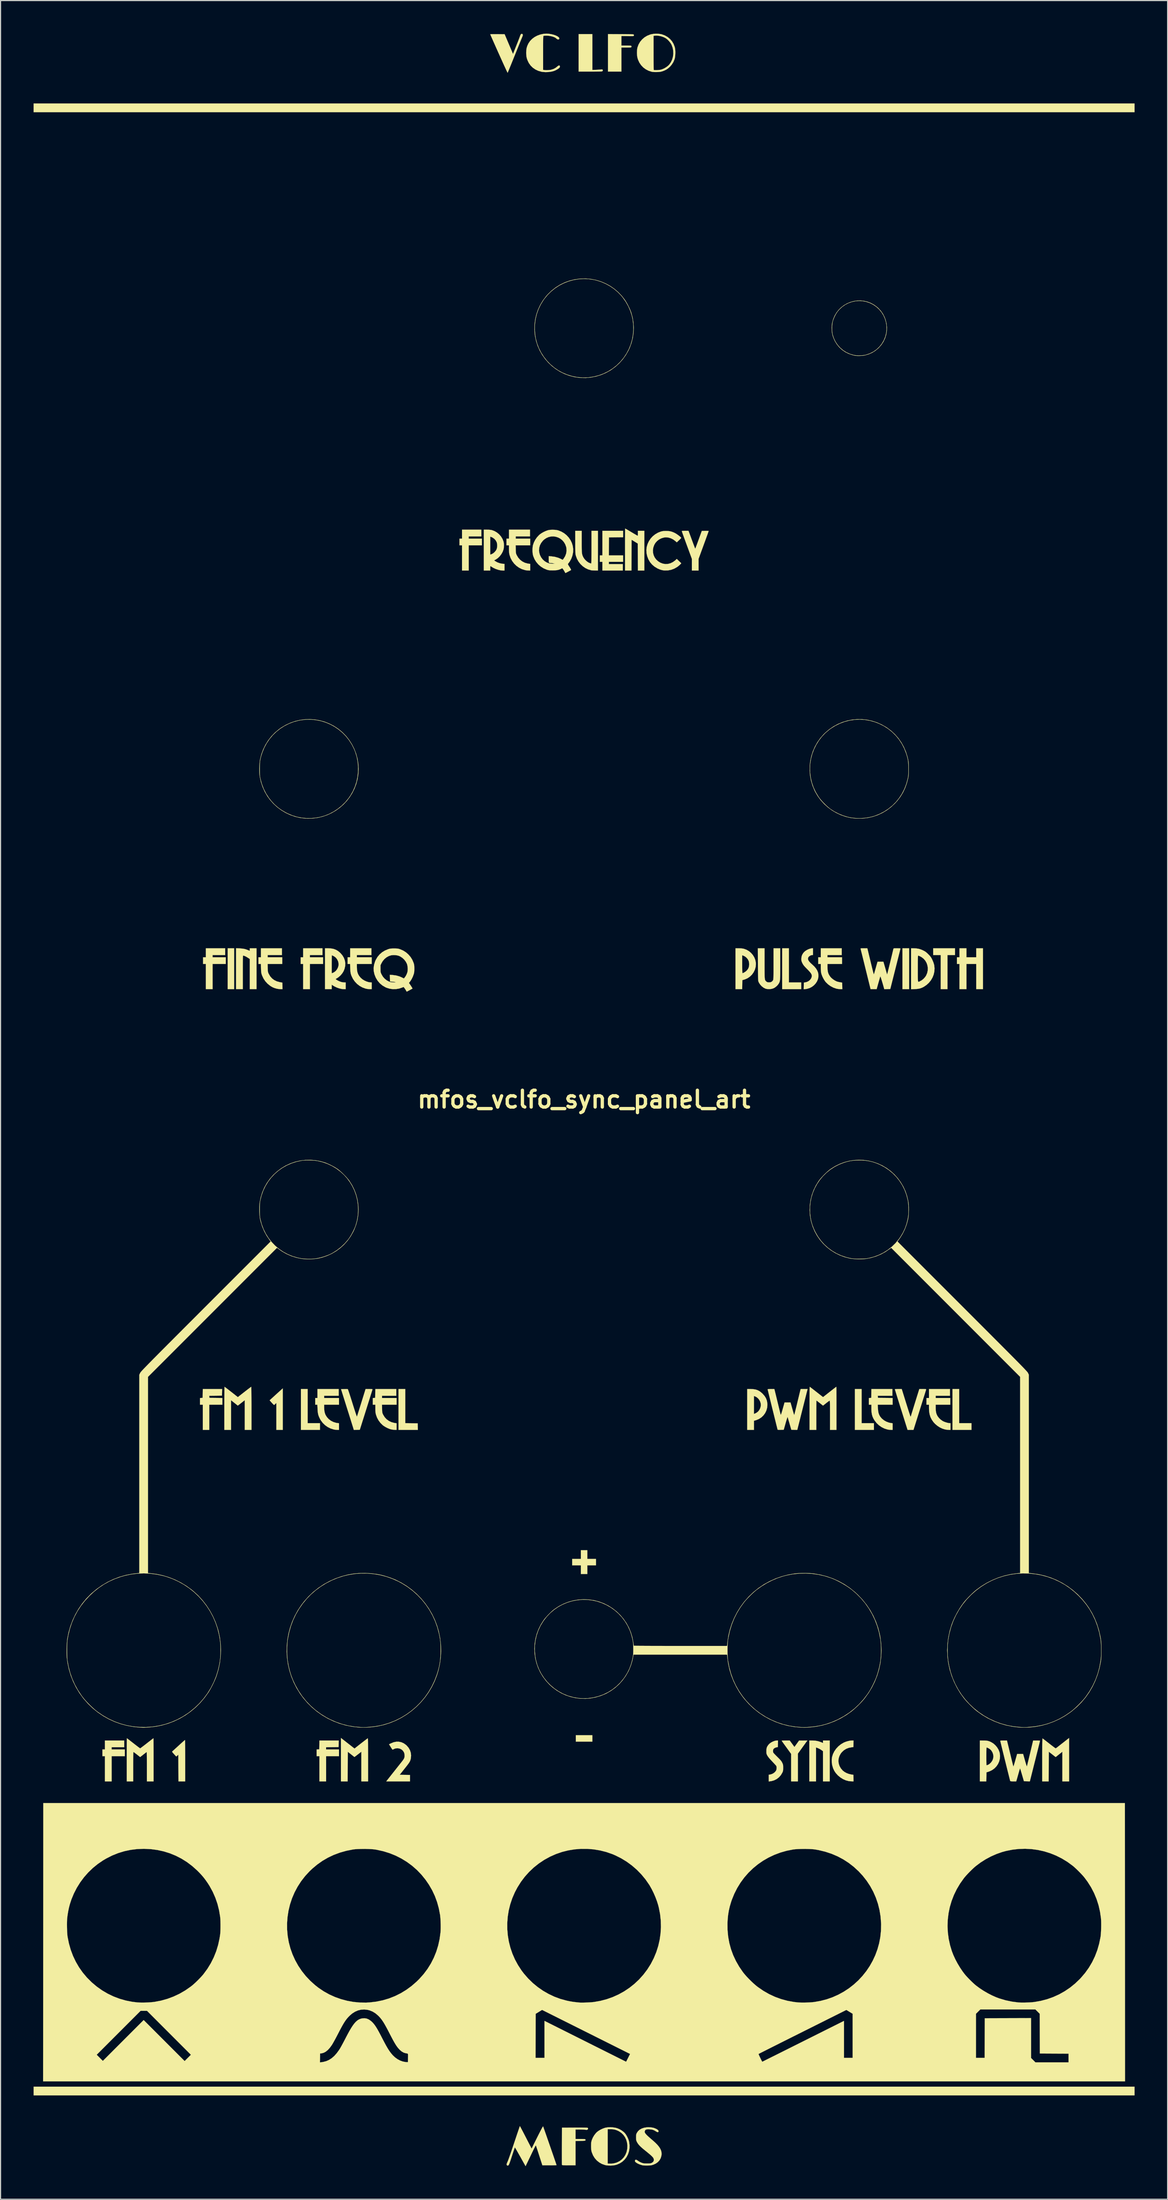
<source format=kicad_pcb>
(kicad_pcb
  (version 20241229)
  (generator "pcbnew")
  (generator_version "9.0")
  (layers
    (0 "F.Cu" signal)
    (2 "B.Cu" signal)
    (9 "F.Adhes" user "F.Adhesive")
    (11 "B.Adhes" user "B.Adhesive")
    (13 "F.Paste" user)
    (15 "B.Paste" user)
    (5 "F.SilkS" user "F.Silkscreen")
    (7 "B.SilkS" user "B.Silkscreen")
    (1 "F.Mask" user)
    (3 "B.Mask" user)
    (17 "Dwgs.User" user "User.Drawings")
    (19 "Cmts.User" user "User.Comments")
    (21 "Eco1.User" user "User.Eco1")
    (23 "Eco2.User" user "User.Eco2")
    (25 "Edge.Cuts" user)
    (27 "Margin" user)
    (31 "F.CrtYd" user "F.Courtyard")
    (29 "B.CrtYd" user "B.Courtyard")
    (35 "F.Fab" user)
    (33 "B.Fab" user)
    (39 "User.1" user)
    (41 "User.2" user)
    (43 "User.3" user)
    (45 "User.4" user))
  (footprint "mfos_vclfo_sync_panel_art"
    (layer "F.Cu")
    (at 49.992 96.742)
    (property "Reference" "mfos_vclfo_sync_panel_art" (at 0 0 0) (layer "F.SilkS") (effects (font (size 1.524 1.524) (thickness 0.3))))
    (attr through_hole)
    (fp_poly (pts (xy -31.775 -10.008) (xy -32.36 -10.008) (xy -32.36 -13.716) (xy -31.775 -13.716) (xy -31.775 -10.008)) (stroke (width 0.01) (type solid)) (fill yes) (layer "F.SilkS"))
    (fp_poly (pts (xy 0.762 58.293) (xy -0.737 58.293) (xy -0.737 57.709) (xy 0.762 57.709) (xy 0.762 58.293)) (stroke (width 0.01) (type solid)) (fill yes) (layer "F.SilkS"))
    (fp_poly (pts (xy 29.54 -10.008) (xy 28.931 -10.008) (xy 28.931 -13.716) (xy 29.54 -13.716) (xy 29.54 -10.008)) (stroke (width 0.01) (type solid)) (fill yes) (layer "F.SilkS"))
    (fp_poly (pts (xy 50.013 -89.611) (xy -49.987 -89.611) (xy -49.987 -90.399) (xy 50.013 -90.399) (xy 50.013 -89.611)) (stroke (width 0.01) (type solid)) (fill yes) (layer "F.SilkS"))
    (fp_poly (pts (xy 50.013 90.399) (xy -49.987 90.399) (xy -49.987 89.611) (xy 50.013 89.611) (xy 50.013 90.399)) (stroke (width 0.01) (type solid)) (fill yes) (layer "F.SilkS"))
    (fp_poly (pts (xy -25.095 29.388) (xy -23.978 29.388) (xy -23.978 29.997) (xy -25.705 29.997) (xy -25.705 26.289) (xy -25.095 26.289) (xy -25.095 29.388)) (stroke (width 0.01) (type solid)) (fill yes) (layer "F.SilkS"))
    (fp_poly (pts (xy -16.231 29.387) (xy -15.1 29.401) (xy -15.086 29.997) (xy -16.84 29.997) (xy -16.84 26.289) (xy -16.231 26.289) (xy -16.231 29.387)) (stroke (width 0.01) (type solid)) (fill yes) (layer "F.SilkS"))
    (fp_poly (pts (xy 18.618 -10.617) (xy 19.736 -10.617) (xy 19.736 -10.008) (xy 18.009 -10.008) (xy 18.009 -13.716) (xy 18.618 -13.716) (xy 18.618 -10.617)) (stroke (width 0.01) (type solid)) (fill yes) (layer "F.SilkS"))
    (fp_poly (pts (xy 25.222 29.388) (xy 26.34 29.388) (xy 26.34 29.997) (xy 24.613 29.997) (xy 24.613 26.289) (xy 25.222 26.289) (xy 25.222 29.388)) (stroke (width 0.01) (type solid)) (fill yes) (layer "F.SilkS"))
    (fp_poly (pts (xy 34.087 29.388) (xy 35.204 29.388) (xy 35.204 29.997) (xy 33.477 29.997) (xy 33.477 26.289) (xy 34.087 26.289) (xy 34.087 29.388)) (stroke (width 0.01) (type solid)) (fill yes) (layer "F.SilkS"))
    (fp_poly (pts (xy 33.706 -13.106) (xy 33.02 -13.106) (xy 33.02 -10.008) (xy 32.41 -10.008) (xy 32.41 -13.106) (xy 31.725 -13.106) (xy 31.725 -13.716) (xy 33.706 -13.716) (xy 33.706 -13.106)) (stroke (width 0.01) (type solid)) (fill yes) (layer "F.SilkS"))
    (fp_poly (pts (xy 0.305 41.707) (xy 1.092 41.707) (xy 1.092 42.291) (xy 0.305 42.291) (xy 0.305 43.078) (xy -0.279 43.078) (xy -0.279 42.291) (xy -1.067 42.291) (xy -1.067 41.707) (xy -0.279 41.707) (xy -0.279 40.919) (xy 0.305 40.919) (xy 0.305 41.707)) (stroke (width 0.01) (type solid)) (fill yes) (layer "F.SilkS"))
    (fp_poly (pts (xy -41.758 58.801) (xy -42.901 58.801) (xy -42.901 59.004) (xy -41.707 59.004) (xy -41.707 59.614) (xy -42.901 59.614) (xy -42.901 61.9) (xy -43.51 61.9) (xy -43.51 59.614) (xy -43.739 59.614) (xy -43.739 59.004) (xy -43.51 59.004) (xy -43.51 58.191) (xy -41.758 58.191) (xy -41.758 58.801)) (stroke (width 0.01) (type solid)) (fill yes) (layer "F.SilkS"))
    (fp_poly (pts (xy -32.588 -13.106) (xy -33.731 -13.106) (xy -33.731 -12.903) (xy -32.537 -12.903) (xy -32.537 -12.294) (xy -33.731 -12.294) (xy -33.731 -10.008) (xy -34.341 -10.008) (xy -34.341 -12.294) (xy -34.595 -12.294) (xy -34.595 -12.903) (xy -34.341 -12.903) (xy -34.341 -13.716) (xy -32.588 -13.716) (xy -32.588 -13.106)) (stroke (width 0.01) (type solid)) (fill yes) (layer "F.SilkS"))
    (fp_poly (pts (xy -23.749 -13.106) (xy -24.892 -13.106) (xy -24.892 -12.903) (xy -23.698 -12.903) (xy -23.698 -12.294) (xy -24.892 -12.294) (xy -24.892 -10.008) (xy -25.502 -10.008) (xy -25.502 -12.294) (xy -25.73 -12.294) (xy -25.73 -12.903) (xy -25.502 -12.903) (xy -25.502 -13.716) (xy -23.749 -13.716) (xy -23.749 -13.106)) (stroke (width 0.01) (type solid)) (fill yes) (layer "F.SilkS"))
    (fp_poly (pts (xy -9.322 -51.105) (xy -10.465 -51.105) (xy -10.465 -50.902) (xy -9.271 -50.902) (xy -9.271 -50.292) (xy -10.465 -50.292) (xy -10.465 -48.006) (xy -11.074 -48.006) (xy -11.074 -50.292) (xy -11.303 -50.292) (xy -11.303 -50.902) (xy -11.074 -50.902) (xy -11.074 -51.714) (xy -9.322 -51.714) (xy -9.322 -51.105)) (stroke (width 0.01) (type solid)) (fill yes) (layer "F.SilkS"))
    (fp_poly (pts (xy 34.747 -12.903) (xy 35.636 -12.903) (xy 35.636 -13.716) (xy 36.246 -13.716) (xy 36.246 -10.008) (xy 35.636 -10.008) (xy 35.636 -12.294) (xy 34.747 -12.294) (xy 34.747 -10.008) (xy 34.112 -10.008) (xy 34.112 -12.294) (xy 33.884 -12.294) (xy 33.884 -12.903) (xy 34.112 -12.903) (xy 34.112 -13.716) (xy 34.747 -13.716) (xy 34.747 -12.903)) (stroke (width 0.01) (type solid)) (fill yes) (layer "F.SilkS"))
    (fp_poly (pts (xy -22.288 58.788) (xy -22.854 58.795) (xy -23.419 58.802) (xy -23.419 59.004) (xy -22.25 59.004) (xy -22.25 59.614) (xy -23.419 59.614) (xy -23.419 61.9) (xy -24.028 61.9) (xy -24.028 59.614) (xy -24.282 59.614) (xy -24.282 59.007) (xy -24.162 58.999) (xy -24.041 58.992) (xy -24.034 58.591) (xy -24.027 58.191) (xy -22.274 58.191) (xy -22.288 58.788)) (stroke (width 0.01) (type solid)) (fill yes) (layer "F.SilkS"))
    (fp_poly (pts (xy 3.556 -51.029) (xy 2.915 -51.023) (xy 2.273 -51.016) (xy 2.26 -49.378) (xy 3.556 -49.378) (xy 3.556 -48.793) (xy 2.261 -48.793) (xy 2.261 -48.59) (xy 3.531 -48.59) (xy 3.531 -48.006) (xy 1.676 -48.006) (xy 1.676 -48.793) (xy 1.448 -48.793) (xy 1.448 -49.378) (xy 1.676 -49.378) (xy 1.676 -51.613) (xy 3.556 -51.613) (xy 3.556 -51.029)) (stroke (width 0.01) (type solid)) (fill yes) (layer "F.SilkS"))
    (fp_poly (pts (xy -32.88 26.886) (xy -33.46 26.893) (xy -34.039 26.9) (xy -34.031 26.994) (xy -34.023 27.089) (xy -32.842 27.103) (xy -32.842 27.711) (xy -34.036 27.711) (xy -34.036 29.997) (xy -34.62 29.997) (xy -34.62 27.711) (xy -34.874 27.711) (xy -34.874 27.105) (xy -34.754 27.097) (xy -34.633 27.089) (xy -34.626 26.689) (xy -34.619 26.289) (xy -32.866 26.289) (xy -32.88 26.886)) (stroke (width 0.01) (type solid)) (fill yes) (layer "F.SilkS"))
    (fp_poly (pts (xy -27.356 29.997) (xy -27.94 29.997) (xy -27.94 27.553) (xy -28.044 27.647) (xy -28.148 27.741) (xy -28.224 27.669) (xy -28.28 27.613) (xy -28.353 27.535) (xy -28.425 27.454) (xy -28.549 27.311) (xy -28.009 26.819) (xy -27.867 26.69) (xy -27.736 26.571) (xy -27.619 26.465) (xy -27.523 26.379) (xy -27.454 26.316) (xy -27.415 26.281) (xy -27.412 26.279) (xy -27.356 26.23) (xy -27.356 29.997)) (stroke (width 0.01) (type solid)) (fill yes) (layer "F.SilkS"))
    (fp_poly (pts (xy 21.012 58.206) (xy 21.259 58.251) (xy 21.51 58.333) (xy 21.559 58.352) (xy 21.717 58.416) (xy 21.717 58.191) (xy 22.327 58.191) (xy 22.327 61.9) (xy 21.717 61.9) (xy 21.717 59.161) (xy 21.593 59.07) (xy 21.477 58.995) (xy 21.34 58.922) (xy 21.207 58.863) (xy 21.139 58.84) (xy 21.082 58.823) (xy 21.082 61.9) (xy 20.472 61.9) (xy 20.472 58.191) (xy 20.748 58.191) (xy 21.012 58.206)) (stroke (width 0.01) (type solid)) (fill yes) (layer "F.SilkS"))
    (fp_poly (pts (xy 0.762 -93.442) (xy 1.111 -93.456) (xy 1.25 -93.462) (xy 1.379 -93.47) (xy 1.487 -93.478) (xy 1.559 -93.485) (xy 1.566 -93.486) (xy 1.636 -93.493) (xy 1.675 -93.482) (xy 1.702 -93.447) (xy 1.717 -93.396) (xy 1.694 -93.351) (xy 1.687 -93.343) (xy 1.674 -93.331) (xy 1.656 -93.321) (xy 1.629 -93.313) (xy 1.586 -93.307) (xy 1.525 -93.302) (xy 1.439 -93.299) (xy 1.325 -93.297) (xy 1.177 -93.295) (xy 0.991 -93.295) (xy 0.763 -93.294) (xy 0.58 -93.294) (xy -0.483 -93.294) (xy -0.483 -96.698) (xy 0.762 -96.698) (xy 0.762 -93.442)) (stroke (width 0.01) (type solid)) (fill yes) (layer "F.SilkS"))
    (fp_poly (pts (xy 19.121 58.779) (xy 19.545 58.193) (xy 20.296 58.191) (xy 20.198 58.325) (xy 20.154 58.385) (xy 20.086 58.479) (xy 20.001 58.597) (xy 19.903 58.731) (xy 19.8 58.874) (xy 19.766 58.922) (xy 19.431 59.386) (xy 19.431 61.9) (xy 18.821 61.9) (xy 18.821 59.406) (xy 18.396 58.819) (xy 18.286 58.667) (xy 18.186 58.529) (xy 18.1 58.409) (xy 18.032 58.313) (xy 17.985 58.246) (xy 17.963 58.214) (xy 17.962 58.212) (xy 17.983 58.205) (xy 18.046 58.199) (xy 18.142 58.194) (xy 18.263 58.192) (xy 18.322 58.191) (xy 18.691 58.191) (xy 19.121 58.779)) (stroke (width 0.01) (type solid)) (fill yes) (layer "F.SilkS"))
    (fp_poly (pts (xy -36.239 58.168) (xy -36.235 58.24) (xy -36.232 58.356) (xy -36.229 58.515) (xy -36.226 58.714) (xy -36.224 58.949) (xy -36.222 59.219) (xy -36.221 59.52) (xy -36.22 59.849) (xy -36.22 60.018) (xy -36.22 61.9) (xy -36.83 61.9) (xy -36.843 59.477) (xy -36.937 59.56) (xy -37.032 59.643) (xy -37.175 59.489) (xy -37.274 59.381) (xy -37.343 59.303) (xy -37.384 59.249) (xy -37.402 59.214) (xy -37.402 59.191) (xy -37.386 59.173) (xy -37.385 59.172) (xy -37.357 59.148) (xy -37.297 59.095) (xy -37.209 59.016) (xy -37.1 58.916) (xy -36.973 58.801) (xy -36.835 58.674) (xy -36.807 58.649) (xy -36.668 58.521) (xy -36.54 58.406) (xy -36.429 58.306) (xy -36.34 58.227) (xy -36.277 58.172) (xy -36.246 58.146) (xy -36.244 58.145) (xy -36.239 58.168)) (stroke (width 0.01) (type solid)) (fill yes) (layer "F.SilkS"))
    (fp_poly (pts (xy -31.274 -13.709) (xy -31.047 -13.692) (xy -30.852 -13.661) (xy -30.672 -13.611) (xy -30.493 -13.541) (xy -30.423 -13.511) (xy -30.375 -13.491) (xy -30.362 -13.487) (xy -30.357 -13.51) (xy -30.353 -13.568) (xy -30.353 -13.602) (xy -30.353 -13.716) (xy -29.743 -13.716) (xy -29.743 -10.008) (xy -30.353 -10.008) (xy -30.353 -12.747) (xy -30.524 -12.859) (xy -30.651 -12.936) (xy -30.77 -12.997) (xy -30.873 -13.039) (xy -30.947 -13.056) (xy -30.95 -13.056) (xy -30.958 -13.051) (xy -30.965 -13.033) (xy -30.971 -13) (xy -30.975 -12.947) (xy -30.979 -12.87) (xy -30.982 -12.767) (xy -30.984 -12.633) (xy -30.986 -12.465) (xy -30.987 -12.259) (xy -30.988 -12.012) (xy -30.988 -11.719) (xy -30.988 -11.532) (xy -30.988 -10.008) (xy -31.598 -10.008) (xy -31.598 -13.723) (xy -31.274 -13.709)) (stroke (width 0.01) (type solid)) (fill yes) (layer "F.SilkS"))
    (fp_poly (pts (xy 3.772 -51.804) (xy 3.835 -51.768) (xy 3.929 -51.714) (xy 4.048 -51.644) (xy 4.187 -51.562) (xy 4.316 -51.486) (xy 4.467 -51.396) (xy 4.604 -51.316) (xy 4.721 -51.248) (xy 4.811 -51.196) (xy 4.868 -51.165) (xy 4.886 -51.156) (xy 4.893 -51.179) (xy 4.899 -51.242) (xy 4.902 -51.333) (xy 4.902 -51.384) (xy 4.902 -51.613) (xy 5.486 -51.613) (xy 5.486 -48.006) (xy 4.903 -48.006) (xy 4.896 -49.231) (xy 4.889 -50.456) (xy 4.61 -50.627) (xy 4.331 -50.797) (xy 4.324 -49.402) (xy 4.318 -48.006) (xy 3.734 -48.006) (xy 3.734 -49.911) (xy 3.734 -50.217) (xy 3.734 -50.508) (xy 3.735 -50.78) (xy 3.736 -51.028) (xy 3.738 -51.25) (xy 3.739 -51.441) (xy 3.741 -51.597) (xy 3.743 -51.714) (xy 3.745 -51.788) (xy 3.747 -51.816) (xy 3.748 -51.816) (xy 3.772 -51.804)) (stroke (width 0.01) (type solid)) (fill yes) (layer "F.SilkS"))
    (fp_poly (pts (xy -22.276 26.899) (xy -23.597 26.899) (xy -23.597 27.102) (xy -22.25 27.102) (xy -22.25 27.711) (xy -23.597 27.711) (xy -23.597 27.948) (xy -23.588 28.176) (xy -23.56 28.368) (xy -23.511 28.538) (xy -23.469 28.639) (xy -23.343 28.843) (xy -23.179 29.022) (xy -22.981 29.17) (xy -22.757 29.283) (xy -22.514 29.357) (xy -22.396 29.376) (xy -22.25 29.394) (xy -22.25 29.997) (xy -22.409 29.995) (xy -22.528 29.988) (xy -22.657 29.972) (xy -22.72 29.96) (xy -23.008 29.871) (xy -23.276 29.737) (xy -23.52 29.563) (xy -23.734 29.352) (xy -23.914 29.107) (xy -24.004 28.943) (xy -24.071 28.797) (xy -24.12 28.66) (xy -24.155 28.518) (xy -24.179 28.359) (xy -24.194 28.168) (xy -24.198 28.073) (xy -24.214 27.711) (xy -24.409 27.711) (xy -24.409 27.102) (xy -24.206 27.102) (xy -24.206 26.289) (xy -22.276 26.289) (xy -22.276 26.899)) (stroke (width 0.01) (type solid)) (fill yes) (layer "F.SilkS"))
    (fp_poly (pts (xy -21.876 58.113) (xy -21.793 58.177) (xy -21.68 58.265) (xy -21.548 58.369) (xy -21.406 58.48) (xy -21.265 58.59) (xy -21.26 58.594) (xy -20.841 58.922) (xy -20.688 58.802) (xy -20.511 58.661) (xy -20.337 58.526) (xy -20.173 58.397) (xy -20.022 58.281) (xy -19.889 58.179) (xy -19.778 58.095) (xy -19.695 58.033) (xy -19.643 57.997) (xy -19.628 57.988) (xy -19.625 58.013) (xy -19.622 58.085) (xy -19.619 58.199) (xy -19.617 58.353) (xy -19.615 58.542) (xy -19.613 58.763) (xy -19.611 59.011) (xy -19.61 59.283) (xy -19.609 59.575) (xy -19.609 59.882) (xy -19.609 59.944) (xy -19.609 61.9) (xy -20.218 61.9) (xy -20.218 59.205) (xy -20.423 59.365) (xy -20.524 59.444) (xy -20.624 59.521) (xy -20.707 59.585) (xy -20.737 59.607) (xy -20.846 59.689) (xy -21.148 59.451) (xy -21.45 59.213) (xy -21.463 61.9) (xy -22.073 61.9) (xy -22.073 57.96) (xy -21.876 58.113)) (stroke (width 0.01) (type solid)) (fill yes) (layer "F.SilkS"))
    (fp_poly (pts (xy -19.304 -13.106) (xy -20.625 -13.106) (xy -20.625 -12.903) (xy -19.279 -12.903) (xy -19.279 -12.294) (xy -20.625 -12.294) (xy -20.625 -12.007) (xy -20.614 -11.763) (xy -20.578 -11.555) (xy -20.515 -11.374) (xy -20.419 -11.209) (xy -20.288 -11.049) (xy -20.251 -11.012) (xy -20.105 -10.89) (xy -19.929 -10.783) (xy -19.739 -10.698) (xy -19.548 -10.641) (xy -19.372 -10.618) (xy -19.361 -10.618) (xy -19.279 -10.617) (xy -19.279 -10.008) (xy -19.463 -10.009) (xy -19.588 -10.017) (xy -19.728 -10.037) (xy -19.832 -10.059) (xy -20.11 -10.157) (xy -20.37 -10.3) (xy -20.605 -10.482) (xy -20.81 -10.698) (xy -20.982 -10.944) (xy -21.114 -11.214) (xy -21.159 -11.341) (xy -21.184 -11.433) (xy -21.202 -11.534) (xy -21.215 -11.655) (xy -21.224 -11.809) (xy -21.228 -11.906) (xy -21.241 -12.294) (xy -21.463 -12.294) (xy -21.463 -12.903) (xy -21.234 -12.903) (xy -21.234 -13.716) (xy -19.304 -13.716) (xy -19.304 -13.106)) (stroke (width 0.01) (type solid)) (fill yes) (layer "F.SilkS"))
    (fp_poly (pts (xy -4.902 -51.105) (xy -6.198 -51.105) (xy -6.198 -50.902) (xy -4.877 -50.902) (xy -4.877 -50.292) (xy -6.202 -50.292) (xy -6.194 -49.93) (xy -6.19 -49.785) (xy -6.184 -49.679) (xy -6.175 -49.6) (xy -6.162 -49.537) (xy -6.14 -49.478) (xy -6.11 -49.411) (xy -6.106 -49.403) (xy -5.971 -49.176) (xy -5.8 -48.983) (xy -5.599 -48.828) (xy -5.371 -48.712) (xy -5.121 -48.641) (xy -5.023 -48.626) (xy -4.877 -48.609) (xy -4.877 -48.006) (xy -5.036 -48.008) (xy -5.155 -48.015) (xy -5.283 -48.032) (xy -5.347 -48.044) (xy -5.63 -48.131) (xy -5.893 -48.263) (xy -6.133 -48.434) (xy -6.344 -48.641) (xy -6.522 -48.878) (xy -6.662 -49.141) (xy -6.758 -49.423) (xy -6.783 -49.539) (xy -6.798 -49.668) (xy -6.806 -49.822) (xy -6.807 -49.953) (xy -6.807 -50.292) (xy -7.036 -50.292) (xy -7.036 -50.902) (xy -6.807 -50.902) (xy -6.807 -51.714) (xy -4.902 -51.714) (xy -4.902 -51.105)) (stroke (width 0.01) (type solid)) (fill yes) (layer "F.SilkS"))
    (fp_poly (pts (xy 3.344 -96.692) (xy 3.618 -96.69) (xy 3.845 -96.688) (xy 4.03 -96.686) (xy 4.178 -96.684) (xy 4.293 -96.681) (xy 4.379 -96.677) (xy 4.441 -96.672) (xy 4.483 -96.666) (xy 4.509 -96.658) (xy 4.524 -96.649) (xy 4.531 -96.641) (xy 4.545 -96.586) (xy 4.531 -96.552) (xy 4.518 -96.537) (xy 4.496 -96.526) (xy 4.457 -96.519) (xy 4.397 -96.515) (xy 4.307 -96.513) (xy 4.182 -96.513) (xy 4.014 -96.516) (xy 3.953 -96.517) (xy 3.404 -96.526) (xy 3.404 -95.656) (xy 3.821 -95.656) (xy 3.964 -95.655) (xy 4.09 -95.653) (xy 4.192 -95.649) (xy 4.258 -95.644) (xy 4.278 -95.641) (xy 4.31 -95.606) (xy 4.318 -95.567) (xy 4.302 -95.516) (xy 4.278 -95.494) (xy 4.24 -95.489) (xy 4.16 -95.484) (xy 4.049 -95.481) (xy 3.916 -95.479) (xy 3.821 -95.479) (xy 3.404 -95.479) (xy 3.404 -93.294) (xy 2.184 -93.294) (xy 2.184 -96.698) (xy 3.344 -96.692)) (stroke (width 0.01) (type solid)) (fill yes) (layer "F.SilkS"))
    (fp_poly (pts (xy 28.016 26.899) (xy 26.692 26.899) (xy 26.7 26.994) (xy 26.708 27.089) (xy 27.375 27.096) (xy 28.042 27.103) (xy 28.042 27.711) (xy 26.688 27.711) (xy 26.703 28.035) (xy 26.723 28.268) (xy 26.76 28.462) (xy 26.818 28.628) (xy 26.901 28.777) (xy 27.014 28.918) (xy 27.08 28.986) (xy 27.257 29.13) (xy 27.465 29.248) (xy 27.688 29.332) (xy 27.845 29.367) (xy 28.042 29.397) (xy 28.042 29.997) (xy 27.883 29.995) (xy 27.763 29.988) (xy 27.633 29.972) (xy 27.569 29.96) (xy 27.297 29.875) (xy 27.036 29.745) (xy 26.794 29.575) (xy 26.579 29.37) (xy 26.404 29.146) (xy 26.295 28.964) (xy 26.214 28.784) (xy 26.159 28.596) (xy 26.126 28.387) (xy 26.112 28.146) (xy 26.112 28.061) (xy 26.111 27.711) (xy 25.883 27.711) (xy 25.883 27.105) (xy 26.099 27.089) (xy 26.105 26.689) (xy 26.112 26.289) (xy 28.016 26.289) (xy 28.016 26.899)) (stroke (width 0.01) (type solid)) (fill yes) (layer "F.SilkS"))
    (fp_poly (pts (xy 33.249 26.899) (xy 31.953 26.899) (xy 31.953 27.102) (xy 33.274 27.102) (xy 33.274 27.711) (xy 31.953 27.711) (xy 31.953 28.014) (xy 31.961 28.234) (xy 31.988 28.418) (xy 32.036 28.578) (xy 32.109 28.725) (xy 32.131 28.761) (xy 32.253 28.92) (xy 32.408 29.067) (xy 32.575 29.186) (xy 32.613 29.207) (xy 32.719 29.256) (xy 32.849 29.303) (xy 32.985 29.344) (xy 33.112 29.374) (xy 33.212 29.387) (xy 33.227 29.388) (xy 33.299 29.388) (xy 33.299 29.997) (xy 33.141 29.995) (xy 33.028 29.988) (xy 32.898 29.973) (xy 32.804 29.957) (xy 32.57 29.886) (xy 32.334 29.774) (xy 32.107 29.628) (xy 31.901 29.454) (xy 31.75 29.289) (xy 31.595 29.067) (xy 31.479 28.837) (xy 31.401 28.588) (xy 31.356 28.315) (xy 31.344 28.035) (xy 31.344 27.711) (xy 31.115 27.711) (xy 31.115 27.102) (xy 31.344 27.102) (xy 31.344 26.289) (xy 33.249 26.289) (xy 33.249 26.899)) (stroke (width 0.01) (type solid)) (fill yes) (layer "F.SilkS"))
    (fp_poly (pts (xy 15.386 26.3) (xy 15.603 26.336) (xy 15.795 26.402) (xy 15.972 26.5) (xy 16.145 26.637) (xy 16.233 26.72) (xy 16.408 26.919) (xy 16.535 27.125) (xy 16.618 27.345) (xy 16.659 27.586) (xy 16.664 27.729) (xy 16.64 27.993) (xy 16.57 28.242) (xy 16.458 28.473) (xy 16.307 28.68) (xy 16.121 28.858) (xy 15.905 29.001) (xy 15.662 29.105) (xy 15.602 29.123) (xy 15.443 29.168) (xy 15.443 29.997) (xy 14.834 29.997) (xy 14.834 28.548) (xy 15.443 28.548) (xy 15.513 28.522) (xy 15.579 28.493) (xy 15.66 28.45) (xy 15.688 28.434) (xy 15.823 28.328) (xy 15.935 28.184) (xy 16.018 28.014) (xy 16.065 27.828) (xy 16.068 27.807) (xy 16.065 27.627) (xy 16.018 27.449) (xy 15.934 27.283) (xy 15.818 27.136) (xy 15.676 27.02) (xy 15.515 26.942) (xy 15.5 26.938) (xy 15.443 26.921) (xy 15.443 28.548) (xy 14.834 28.548) (xy 14.834 26.289) (xy 15.133 26.289) (xy 15.386 26.3)) (stroke (width 0.01) (type solid)) (fill yes) (layer "F.SilkS"))
    (fp_poly (pts (xy 44.069 61.9) (xy 43.459 61.9) (xy 43.459 59.207) (xy 43.154 59.45) (xy 42.848 59.693) (xy 42.538 59.45) (xy 42.227 59.208) (xy 42.214 61.9) (xy 41.631 61.9) (xy 41.631 59.943) (xy 41.631 59.569) (xy 41.631 59.243) (xy 41.632 58.962) (xy 41.633 58.724) (xy 41.635 58.525) (xy 41.637 58.363) (xy 41.64 58.235) (xy 41.644 58.138) (xy 41.648 58.069) (xy 41.652 58.026) (xy 41.658 58.006) (xy 41.662 58.004) (xy 41.69 58.024) (xy 41.752 58.071) (xy 41.844 58.141) (xy 41.959 58.23) (xy 42.092 58.333) (xy 42.238 58.447) (xy 42.257 58.463) (xy 42.404 58.577) (xy 42.539 58.68) (xy 42.655 58.768) (xy 42.748 58.837) (xy 42.813 58.883) (xy 42.844 58.902) (xy 42.846 58.903) (xy 42.878 58.888) (xy 42.935 58.85) (xy 42.994 58.806) (xy 43.049 58.762) (xy 43.137 58.693) (xy 43.25 58.605) (xy 43.38 58.502) (xy 43.521 58.393) (xy 43.593 58.336) (xy 44.069 57.963) (xy 44.069 61.9)) (stroke (width 0.01) (type solid)) (fill yes) (layer "F.SilkS"))
    (fp_poly (pts (xy -17.043 26.899) (xy -18.339 26.899) (xy -18.339 27.102) (xy -17.018 27.102) (xy -17.018 27.711) (xy -18.344 27.711) (xy -18.335 28.075) (xy -18.331 28.218) (xy -18.326 28.322) (xy -18.318 28.399) (xy -18.304 28.462) (xy -18.283 28.522) (xy -18.251 28.591) (xy -18.228 28.636) (xy -18.095 28.85) (xy -17.924 29.034) (xy -17.72 29.183) (xy -17.491 29.294) (xy -17.242 29.362) (xy -17.214 29.366) (xy -17.018 29.397) (xy -17.018 29.997) (xy -17.164 29.995) (xy -17.269 29.988) (xy -17.393 29.973) (xy -17.488 29.958) (xy -17.647 29.913) (xy -17.825 29.84) (xy -18.006 29.748) (xy -18.175 29.644) (xy -18.282 29.564) (xy -18.483 29.366) (xy -18.657 29.134) (xy -18.796 28.877) (xy -18.893 28.606) (xy -18.899 28.584) (xy -18.923 28.467) (xy -18.939 28.341) (xy -18.947 28.19) (xy -18.948 28.05) (xy -18.948 27.711) (xy -19.177 27.711) (xy -19.177 27.105) (xy -18.961 27.089) (xy -18.954 26.689) (xy -18.947 26.289) (xy -17.043 26.289) (xy -17.043 26.899)) (stroke (width 0.01) (type solid)) (fill yes) (layer "F.SilkS"))
    (fp_poly (pts (xy 23.419 -13.106) (xy 22.123 -13.106) (xy 22.123 -12.903) (xy 23.444 -12.903) (xy 23.444 -12.294) (xy 22.123 -12.294) (xy 22.124 -11.995) (xy 22.131 -11.778) (xy 22.155 -11.598) (xy 22.199 -11.442) (xy 22.267 -11.298) (xy 22.364 -11.153) (xy 22.399 -11.108) (xy 22.495 -11.008) (xy 22.622 -10.904) (xy 22.764 -10.808) (xy 22.905 -10.733) (xy 22.963 -10.708) (xy 23.049 -10.681) (xy 23.16 -10.654) (xy 23.268 -10.633) (xy 23.457 -10.601) (xy 23.471 -10.008) (xy 23.286 -10.009) (xy 23.161 -10.017) (xy 23.021 -10.037) (xy 22.915 -10.059) (xy 22.655 -10.15) (xy 22.403 -10.282) (xy 22.174 -10.447) (xy 21.978 -10.636) (xy 21.943 -10.677) (xy 21.839 -10.823) (xy 21.739 -10.995) (xy 21.651 -11.176) (xy 21.584 -11.351) (xy 21.552 -11.468) (xy 21.536 -11.573) (xy 21.524 -11.71) (xy 21.516 -11.864) (xy 21.514 -11.97) (xy 21.514 -12.294) (xy 21.285 -12.294) (xy 21.285 -12.903) (xy 21.514 -12.903) (xy 21.514 -13.716) (xy 23.419 -13.716) (xy 23.419 -13.106)) (stroke (width 0.01) (type solid)) (fill yes) (layer "F.SilkS"))
    (fp_poly (pts (xy -27.432 -13.106) (xy -28.727 -13.106) (xy -28.727 -12.903) (xy -27.407 -12.903) (xy -27.407 -12.294) (xy -28.732 -12.294) (xy -28.723 -11.932) (xy -28.719 -11.787) (xy -28.714 -11.681) (xy -28.705 -11.602) (xy -28.691 -11.539) (xy -28.67 -11.48) (xy -28.64 -11.413) (xy -28.636 -11.405) (xy -28.501 -11.174) (xy -28.333 -10.982) (xy -28.133 -10.83) (xy -27.901 -10.717) (xy -27.636 -10.643) (xy -27.588 -10.634) (xy -27.394 -10.601) (xy -27.387 -10.304) (xy -27.38 -10.008) (xy -27.565 -10.009) (xy -27.691 -10.017) (xy -27.831 -10.037) (xy -27.934 -10.059) (xy -28.115 -10.113) (xy -28.269 -10.176) (xy -28.418 -10.26) (xy -28.503 -10.315) (xy -28.738 -10.503) (xy -28.943 -10.728) (xy -29.112 -10.981) (xy -29.238 -11.254) (xy -29.251 -11.29) (xy -29.279 -11.375) (xy -29.299 -11.453) (xy -29.312 -11.535) (xy -29.322 -11.634) (xy -29.328 -11.762) (xy -29.332 -11.894) (xy -29.342 -12.294) (xy -29.566 -12.294) (xy -29.566 -12.903) (xy -29.337 -12.903) (xy -29.337 -13.716) (xy -27.432 -13.716) (xy -27.432 -13.106)) (stroke (width 0.01) (type solid)) (fill yes) (layer "F.SilkS"))
    (fp_poly (pts (xy 14.25 -13.711) (xy 14.41 -13.695) (xy 14.512 -13.676) (xy 14.757 -13.588) (xy 14.981 -13.46) (xy 15.178 -13.297) (xy 15.344 -13.105) (xy 15.475 -12.889) (xy 15.567 -12.655) (xy 15.615 -12.408) (xy 15.621 -12.282) (xy 15.596 -12.019) (xy 15.524 -11.768) (xy 15.411 -11.536) (xy 15.26 -11.327) (xy 15.075 -11.147) (xy 14.86 -11) (xy 14.62 -10.894) (xy 14.541 -10.87) (xy 14.389 -10.828) (xy 14.382 -10.418) (xy 14.375 -10.008) (xy 13.767 -10.008) (xy 13.767 -12.27) (xy 14.376 -12.27) (xy 14.377 -12.008) (xy 14.38 -11.797) (xy 14.384 -11.636) (xy 14.389 -11.526) (xy 14.397 -11.467) (xy 14.403 -11.455) (xy 14.438 -11.466) (xy 14.503 -11.494) (xy 14.556 -11.52) (xy 14.711 -11.623) (xy 14.846 -11.761) (xy 14.94 -11.908) (xy 14.988 -12.051) (xy 15.009 -12.219) (xy 15.004 -12.392) (xy 14.97 -12.552) (xy 14.961 -12.579) (xy 14.875 -12.739) (xy 14.75 -12.881) (xy 14.597 -12.995) (xy 14.434 -13.067) (xy 14.376 -13.084) (xy 14.376 -12.27) (xy 13.767 -12.27) (xy 13.767 -13.716) (xy 14.062 -13.716) (xy 14.25 -13.711)) (stroke (width 0.01) (type solid)) (fill yes) (layer "F.SilkS"))
    (fp_poly (pts (xy 24.473 58.788) (xy 24.32 58.804) (xy 24.058 58.854) (xy 23.818 58.947) (xy 23.605 59.082) (xy 23.421 59.255) (xy 23.319 59.388) (xy 23.204 59.604) (xy 23.136 59.828) (xy 23.116 60.057) (xy 23.143 60.285) (xy 23.216 60.506) (xy 23.335 60.716) (xy 23.499 60.91) (xy 23.514 60.924) (xy 23.663 61.041) (xy 23.846 61.142) (xy 24.047 61.221) (xy 24.251 61.271) (xy 24.258 61.272) (xy 24.473 61.305) (xy 24.48 61.602) (xy 24.487 61.9) (xy 24.328 61.897) (xy 24.218 61.892) (xy 24.106 61.882) (xy 24.048 61.874) (xy 23.788 61.806) (xy 23.532 61.693) (xy 23.29 61.541) (xy 23.069 61.357) (xy 22.878 61.146) (xy 22.751 60.959) (xy 22.635 60.714) (xy 22.555 60.447) (xy 22.513 60.17) (xy 22.511 59.895) (xy 22.539 59.69) (xy 22.62 59.424) (xy 22.747 59.169) (xy 22.914 58.931) (xy 23.116 58.716) (xy 23.348 58.53) (xy 23.604 58.38) (xy 23.63 58.368) (xy 23.792 58.303) (xy 23.971 58.249) (xy 24.148 58.21) (xy 24.304 58.192) (xy 24.338 58.191) (xy 24.487 58.191) (xy 24.473 58.788)) (stroke (width 0.01) (type solid)) (fill yes) (layer "F.SilkS"))
    (fp_poly (pts (xy -30.217 26.111) (xy -30.214 26.182) (xy -30.211 26.297) (xy -30.209 26.451) (xy -30.207 26.64) (xy -30.205 26.861) (xy -30.203 27.109) (xy -30.202 27.381) (xy -30.201 27.672) (xy -30.201 27.98) (xy -30.201 28.042) (xy -30.201 29.997) (xy -30.81 29.997) (xy -30.81 27.3) (xy -30.969 27.425) (xy -31.074 27.507) (xy -31.192 27.599) (xy -31.284 27.671) (xy -31.441 27.792) (xy -32.055 27.304) (xy -32.055 29.997) (xy -32.664 29.997) (xy -32.664 28.042) (xy -32.664 27.731) (xy -32.663 27.436) (xy -32.662 27.16) (xy -32.661 26.907) (xy -32.659 26.681) (xy -32.657 26.486) (xy -32.654 26.325) (xy -32.652 26.202) (xy -32.649 26.122) (xy -32.646 26.088) (xy -32.645 26.087) (xy -32.621 26.102) (xy -32.563 26.145) (xy -32.474 26.212) (xy -32.361 26.299) (xy -32.228 26.401) (xy -32.082 26.516) (xy -32.031 26.555) (xy -31.436 27.023) (xy -31.282 26.901) (xy -31.105 26.761) (xy -30.932 26.626) (xy -30.768 26.498) (xy -30.617 26.381) (xy -30.483 26.278) (xy -30.372 26.194) (xy -30.288 26.132) (xy -30.236 26.095) (xy -30.22 26.086) (xy -30.217 26.111)) (stroke (width 0.01) (type solid)) (fill yes) (layer "F.SilkS"))
    (fp_poly (pts (xy -0.203 -50.628) (xy -0.203 -50.357) (xy -0.202 -50.131) (xy -0.199 -49.945) (xy -0.194 -49.793) (xy -0.187 -49.669) (xy -0.176 -49.568) (xy -0.161 -49.483) (xy -0.142 -49.41) (xy -0.117 -49.342) (xy -0.087 -49.274) (xy -0.053 -49.204) (xy 0.031 -49.073) (xy 0.146 -48.942) (xy 0.277 -48.825) (xy 0.411 -48.734) (xy 0.495 -48.694) (xy 0.575 -48.666) (xy 0.636 -48.646) (xy 0.661 -48.641) (xy 0.667 -48.666) (xy 0.672 -48.74) (xy 0.676 -48.861) (xy 0.679 -49.027) (xy 0.682 -49.236) (xy 0.684 -49.487) (xy 0.685 -49.777) (xy 0.686 -50.104) (xy 0.686 -50.127) (xy 0.686 -51.613) (xy 1.27 -51.613) (xy 1.27 -48.006) (xy 1.01 -48.009) (xy 0.887 -48.012) (xy 0.772 -48.018) (xy 0.681 -48.027) (xy 0.647 -48.032) (xy 0.378 -48.111) (xy 0.124 -48.234) (xy -0.109 -48.397) (xy -0.317 -48.595) (xy -0.493 -48.823) (xy -0.633 -49.075) (xy -0.732 -49.346) (xy -0.738 -49.371) (xy -0.751 -49.424) (xy -0.761 -49.478) (xy -0.769 -49.539) (xy -0.775 -49.613) (xy -0.78 -49.705) (xy -0.783 -49.822) (xy -0.785 -49.968) (xy -0.787 -50.149) (xy -0.787 -50.37) (xy -0.787 -50.588) (xy -0.787 -51.613) (xy -0.203 -51.613) (xy -0.203 -50.628)) (stroke (width 0.01) (type solid)) (fill yes) (layer "F.SilkS"))
    (fp_poly (pts (xy 9.57 -51.416) (xy 9.599 -51.337) (xy 9.643 -51.219) (xy 9.697 -51.072) (xy 9.759 -50.905) (xy 9.824 -50.727) (xy 9.87 -50.603) (xy 9.931 -50.437) (xy 9.988 -50.288) (xy 10.036 -50.163) (xy 10.074 -50.066) (xy 10.1 -50.006) (xy 10.11 -49.987) (xy 10.122 -50.01) (xy 10.148 -50.076) (xy 10.188 -50.178) (xy 10.238 -50.311) (xy 10.298 -50.47) (xy 10.363 -50.65) (xy 10.416 -50.794) (xy 10.707 -51.6) (xy 11.018 -51.607) (xy 11.137 -51.608) (xy 11.234 -51.606) (xy 11.302 -51.6) (xy 11.328 -51.592) (xy 11.328 -51.592) (xy 11.32 -51.564) (xy 11.296 -51.494) (xy 11.257 -51.384) (xy 11.206 -51.241) (xy 11.143 -51.068) (xy 11.072 -50.87) (xy 10.992 -50.651) (xy 10.906 -50.416) (xy 10.871 -50.32) (xy 10.414 -49.07) (xy 10.414 -48.006) (xy 9.804 -48.006) (xy 9.804 -49.07) (xy 9.484 -49.941) (xy 9.361 -50.275) (xy 9.254 -50.565) (xy 9.164 -50.812) (xy 9.088 -51.019) (xy 9.027 -51.19) (xy 8.978 -51.326) (xy 8.94 -51.431) (xy 8.914 -51.507) (xy 8.898 -51.557) (xy 8.891 -51.584) (xy 8.89 -51.589) (xy 8.914 -51.599) (xy 8.98 -51.606) (xy 9.079 -51.611) (xy 9.193 -51.613) (xy 9.495 -51.613) (xy 9.57 -51.416)) (stroke (width 0.01) (type solid)) (fill yes) (layer "F.SilkS"))
    (fp_poly (pts (xy -0.266 93.325) (xy -0.046 93.327) (xy 0.125 93.33) (xy 0.245 93.335) (xy 0.314 93.341) (xy 0.331 93.346) (xy 0.374 93.391) (xy 0.374 93.448) (xy 0.333 93.501) (xy 0.324 93.507) (xy 0.269 93.529) (xy 0.196 93.53) (xy 0.14 93.522) (xy 0.068 93.514) (xy -0.041 93.507) (xy -0.174 93.502) (xy -0.32 93.499) (xy -0.375 93.499) (xy -0.762 93.497) (xy -0.762 94.361) (xy -0.333 94.361) (xy -0.172 94.362) (xy -0.054 94.364) (xy 0.029 94.369) (xy 0.082 94.377) (xy 0.114 94.389) (xy 0.129 94.401) (xy 0.148 94.45) (xy 0.135 94.484) (xy 0.119 94.5) (xy 0.089 94.511) (xy 0.037 94.52) (xy -0.043 94.526) (xy -0.16 94.53) (xy -0.32 94.533) (xy -0.327 94.533) (xy -0.762 94.54) (xy -0.762 96.749) (xy -1.372 96.749) (xy -1.576 96.748) (xy -1.733 96.746) (xy -1.849 96.742) (xy -1.928 96.736) (xy -1.975 96.728) (xy -1.994 96.718) (xy -1.995 96.717) (xy -1.997 96.687) (xy -1.999 96.61) (xy -2 96.491) (xy -2.001 96.334) (xy -2.002 96.143) (xy -2.002 95.924) (xy -2.002 95.679) (xy -2.002 95.413) (xy -2.001 95.131) (xy -2 95.009) (xy -1.994 93.332) (xy -0.856 93.326) (xy -0.536 93.324) (xy -0.266 93.325)) (stroke (width 0.01) (type solid)) (fill yes) (layer "F.SilkS"))
    (fp_poly (pts (xy -16.586 58.349) (xy -16.369 58.446) (xy -16.164 58.592) (xy -16.088 58.662) (xy -15.922 58.859) (xy -15.801 59.076) (xy -15.727 59.309) (xy -15.701 59.553) (xy -15.723 59.803) (xy -15.736 59.862) (xy -15.755 59.938) (xy -15.777 60.007) (xy -15.807 60.076) (xy -15.846 60.149) (xy -15.9 60.232) (xy -15.971 60.333) (xy -16.064 60.455) (xy -16.183 60.607) (xy -16.306 60.762) (xy -16.738 61.303) (xy -16.268 61.31) (xy -15.799 61.317) (xy -15.799 61.9) (xy -17.957 61.9) (xy -17.369 61.157) (xy -17.226 60.977) (xy -17.085 60.799) (xy -16.952 60.631) (xy -16.83 60.477) (xy -16.725 60.345) (xy -16.643 60.241) (xy -16.594 60.18) (xy -16.488 60.045) (xy -16.41 59.938) (xy -16.357 59.852) (xy -16.322 59.778) (xy -16.301 59.707) (xy -16.29 59.63) (xy -16.289 59.618) (xy -16.295 59.434) (xy -16.345 59.269) (xy -16.435 59.126) (xy -16.558 59.012) (xy -16.709 58.934) (xy -16.883 58.895) (xy -16.942 58.893) (xy -17.046 58.898) (xy -17.141 58.917) (xy -17.245 58.957) (xy -17.373 59.021) (xy -17.378 59.023) (xy -17.397 59.007) (xy -17.436 58.955) (xy -17.49 58.875) (xy -17.548 58.783) (xy -17.702 58.534) (xy -17.542 58.454) (xy -17.294 58.353) (xy -17.051 58.302) (xy -16.814 58.301) (xy -16.586 58.349)) (stroke (width 0.01) (type solid)) (fill yes) (layer "F.SilkS"))
    (fp_poly (pts (xy 29.259 27.546) (xy 29.335 27.788) (xy 29.406 28.015) (xy 29.472 28.222) (xy 29.531 28.404) (xy 29.581 28.558) (xy 29.621 28.678) (xy 29.65 28.76) (xy 29.666 28.8) (xy 29.668 28.804) (xy 29.684 28.781) (xy 29.707 28.724) (xy 29.724 28.67) (xy 29.739 28.619) (xy 29.768 28.524) (xy 29.808 28.392) (xy 29.859 28.229) (xy 29.918 28.039) (xy 29.983 27.828) (xy 30.053 27.602) (xy 30.112 27.413) (xy 30.463 26.289) (xy 30.779 26.289) (xy 30.911 26.29) (xy 30.999 26.292) (xy 31.053 26.298) (xy 31.079 26.307) (xy 31.086 26.322) (xy 31.084 26.333) (xy 31.074 26.364) (xy 31.051 26.44) (xy 31.015 26.556) (xy 30.967 26.709) (xy 30.909 26.895) (xy 30.841 27.11) (xy 30.766 27.35) (xy 30.684 27.612) (xy 30.596 27.891) (xy 30.504 28.183) (xy 30.503 28.188) (xy 29.934 29.997) (xy 29.666 29.997) (xy 29.398 29.997) (xy 28.821 28.162) (xy 28.728 27.868) (xy 28.641 27.588) (xy 28.559 27.326) (xy 28.484 27.086) (xy 28.417 26.871) (xy 28.359 26.685) (xy 28.312 26.532) (xy 28.276 26.416) (xy 28.253 26.34) (xy 28.244 26.309) (xy 28.244 26.308) (xy 28.268 26.301) (xy 28.333 26.295) (xy 28.43 26.291) (xy 28.548 26.289) (xy 28.556 26.289) (xy 28.868 26.289) (xy 29.259 27.546)) (stroke (width 0.01) (type solid)) (fill yes) (layer "F.SilkS"))
    (fp_poly (pts (xy 20.803 -13.106) (xy 20.734 -13.106) (xy 20.642 -13.089) (xy 20.54 -13.043) (xy 20.449 -12.98) (xy 20.394 -12.919) (xy 20.355 -12.827) (xy 20.351 -12.732) (xy 20.385 -12.631) (xy 20.458 -12.519) (xy 20.574 -12.392) (xy 20.722 -12.257) (xy 20.925 -12.065) (xy 21.081 -11.88) (xy 21.193 -11.696) (xy 21.266 -11.509) (xy 21.299 -11.338) (xy 21.299 -11.118) (xy 21.252 -10.903) (xy 21.164 -10.7) (xy 21.039 -10.514) (xy 20.882 -10.349) (xy 20.697 -10.211) (xy 20.488 -10.105) (xy 20.26 -10.036) (xy 20.122 -10.015) (xy 19.963 -10) (xy 19.977 -10.604) (xy 20.091 -10.62) (xy 20.26 -10.664) (xy 20.411 -10.742) (xy 20.537 -10.847) (xy 20.632 -10.972) (xy 20.688 -11.109) (xy 20.7 -11.209) (xy 20.694 -11.282) (xy 20.669 -11.357) (xy 20.624 -11.439) (xy 20.553 -11.534) (xy 20.453 -11.648) (xy 20.319 -11.788) (xy 20.269 -11.839) (xy 20.143 -11.966) (xy 20.048 -12.068) (xy 19.977 -12.152) (xy 19.922 -12.227) (xy 19.876 -12.302) (xy 19.845 -12.362) (xy 19.797 -12.465) (xy 19.768 -12.544) (xy 19.754 -12.621) (xy 19.749 -12.715) (xy 19.749 -12.762) (xy 19.766 -12.952) (xy 19.82 -13.119) (xy 19.916 -13.278) (xy 19.988 -13.366) (xy 20.098 -13.464) (xy 20.241 -13.557) (xy 20.4 -13.634) (xy 20.558 -13.688) (xy 20.657 -13.707) (xy 20.803 -13.723) (xy 20.803 -13.106)) (stroke (width 0.01) (type solid)) (fill yes) (layer "F.SilkS"))
    (fp_poly (pts (xy 36.265 58.192) (xy 36.44 58.195) (xy 36.579 58.206) (xy 36.697 58.227) (xy 36.81 58.261) (xy 36.931 58.312) (xy 36.982 58.336) (xy 37.184 58.458) (xy 37.369 58.62) (xy 37.529 58.81) (xy 37.657 59.02) (xy 37.745 59.24) (xy 37.767 59.329) (xy 37.797 59.591) (xy 37.779 59.848) (xy 37.716 60.094) (xy 37.612 60.325) (xy 37.469 60.536) (xy 37.291 60.72) (xy 37.081 60.872) (xy 36.842 60.988) (xy 36.771 61.013) (xy 36.563 61.081) (xy 36.556 61.49) (xy 36.549 61.9) (xy 35.966 61.9) (xy 35.966 59.622) (xy 36.551 59.622) (xy 36.551 59.818) (xy 36.552 59.998) (xy 36.554 60.155) (xy 36.557 60.282) (xy 36.56 60.375) (xy 36.564 60.426) (xy 36.566 60.433) (xy 36.601 60.436) (xy 36.667 60.415) (xy 36.752 60.374) (xy 36.797 60.347) (xy 36.859 60.3) (xy 36.934 60.231) (xy 36.988 60.175) (xy 37.1 60.014) (xy 37.169 59.836) (xy 37.194 59.647) (xy 37.175 59.457) (xy 37.113 59.273) (xy 37.008 59.103) (xy 36.971 59.06) (xy 36.903 58.997) (xy 36.815 58.934) (xy 36.722 58.878) (xy 36.639 58.839) (xy 36.584 58.826) (xy 36.574 58.836) (xy 36.567 58.866) (xy 36.561 58.922) (xy 36.556 59.009) (xy 36.553 59.131) (xy 36.552 59.292) (xy 36.551 59.497) (xy 36.551 59.622) (xy 35.966 59.622) (xy 35.966 58.191) (xy 36.265 58.192)) (stroke (width 0.01) (type solid)) (fill yes) (layer "F.SilkS"))
    (fp_poly (pts (xy -8.638 -51.71) (xy -8.49 -51.697) (xy -8.375 -51.677) (xy -8.371 -51.676) (xy -8.129 -51.588) (xy -7.904 -51.457) (xy -7.703 -51.29) (xy -7.532 -51.094) (xy -7.398 -50.874) (xy -7.306 -50.637) (xy -7.302 -50.622) (xy -7.276 -50.474) (xy -7.266 -50.299) (xy -7.273 -50.121) (xy -7.295 -49.961) (xy -7.303 -49.925) (xy -7.382 -49.707) (xy -7.5 -49.496) (xy -7.649 -49.302) (xy -7.82 -49.137) (xy -8.004 -49.01) (xy -8.012 -49.006) (xy -8.16 -48.927) (xy -8.042 -48.846) (xy -7.871 -48.751) (xy -7.673 -48.676) (xy -7.471 -48.63) (xy -7.398 -48.622) (xy -7.214 -48.608) (xy -7.214 -48.006) (xy -7.375 -48.006) (xy -7.573 -48.024) (xy -7.79 -48.073) (xy -8.013 -48.149) (xy -8.224 -48.247) (xy -8.373 -48.336) (xy -8.438 -48.378) (xy -8.484 -48.406) (xy -8.498 -48.412) (xy -8.503 -48.389) (xy -8.507 -48.327) (xy -8.509 -48.238) (xy -8.509 -48.209) (xy -8.509 -48.006) (xy -9.093 -48.006) (xy -9.093 -49.45) (xy -8.509 -49.45) (xy -8.452 -49.468) (xy -8.391 -49.491) (xy -8.316 -49.526) (xy -8.306 -49.531) (xy -8.202 -49.601) (xy -8.095 -49.702) (xy -8.001 -49.817) (xy -7.946 -49.909) (xy -7.899 -50.051) (xy -7.877 -50.217) (xy -7.882 -50.389) (xy -7.914 -50.547) (xy -7.924 -50.577) (xy -8.01 -50.738) (xy -8.135 -50.88) (xy -8.289 -50.993) (xy -8.452 -51.065) (xy -8.509 -51.083) (xy -8.509 -49.45) (xy -9.093 -49.45) (xy -9.093 -51.714) (xy -8.806 -51.714) (xy -8.638 -51.71)) (stroke (width 0.01) (type solid)) (fill yes) (layer "F.SilkS"))
    (fp_poly (pts (xy -5.602 -96.711) (xy -5.56 -96.664) (xy -5.551 -96.63) (xy -5.555 -96.585) (xy -5.574 -96.519) (xy -5.612 -96.423) (xy -5.646 -96.34) (xy -5.676 -96.268) (xy -5.723 -96.154) (xy -5.785 -96.004) (xy -5.859 -95.821) (xy -5.944 -95.611) (xy -6.038 -95.38) (xy -6.138 -95.132) (xy -6.243 -94.873) (xy -6.337 -94.64) (xy -6.44 -94.384) (xy -6.538 -94.143) (xy -6.628 -93.919) (xy -6.711 -93.717) (xy -6.782 -93.542) (xy -6.842 -93.397) (xy -6.887 -93.287) (xy -6.918 -93.216) (xy -6.931 -93.187) (xy -6.931 -93.187) (xy -6.944 -93.207) (xy -6.975 -93.269) (xy -7.025 -93.371) (xy -7.089 -93.509) (xy -7.168 -93.679) (xy -7.26 -93.878) (xy -7.362 -94.102) (xy -7.473 -94.348) (xy -7.592 -94.611) (xy -7.717 -94.89) (xy -7.728 -94.914) (xy -7.854 -95.195) (xy -7.973 -95.462) (xy -8.084 -95.712) (xy -8.186 -95.941) (xy -8.277 -96.146) (xy -8.355 -96.323) (xy -8.419 -96.468) (xy -8.467 -96.579) (xy -8.498 -96.65) (xy -8.509 -96.679) (xy -8.509 -96.679) (xy -8.485 -96.684) (xy -8.416 -96.688) (xy -8.311 -96.691) (xy -8.174 -96.693) (xy -8.014 -96.693) (xy -7.857 -96.692) (xy -7.205 -96.685) (xy -6.824 -95.788) (xy -6.443 -94.892) (xy -6.156 -95.609) (xy -6.081 -95.797) (xy -6.009 -95.977) (xy -5.945 -96.143) (xy -5.889 -96.286) (xy -5.847 -96.399) (xy -5.819 -96.475) (xy -5.815 -96.487) (xy -5.782 -96.576) (xy -5.748 -96.648) (xy -5.724 -96.685) (xy -5.662 -96.72) (xy -5.602 -96.711)) (stroke (width 0.01) (type solid)) (fill yes) (layer "F.SilkS"))
    (fp_poly (pts (xy -19.398 26.29) (xy -19.3 26.294) (xy -19.232 26.3) (xy -19.204 26.307) (xy -19.204 26.308) (xy -19.212 26.335) (xy -19.233 26.406) (xy -19.268 26.518) (xy -19.315 26.668) (xy -19.372 26.85) (xy -19.438 27.062) (xy -19.513 27.3) (xy -19.595 27.56) (xy -19.682 27.838) (xy -19.774 28.131) (xy -19.782 28.156) (xy -20.359 29.985) (xy -20.631 29.992) (xy -20.902 29.999) (xy -20.942 29.865) (xy -20.956 29.819) (xy -20.984 29.728) (xy -21.025 29.598) (xy -21.077 29.431) (xy -21.139 29.234) (xy -21.209 29.009) (xy -21.287 28.762) (xy -21.37 28.496) (xy -21.459 28.216) (xy -21.522 28.016) (xy -22.062 26.302) (xy -21.77 26.295) (xy -21.652 26.293) (xy -21.551 26.293) (xy -21.48 26.295) (xy -21.451 26.298) (xy -21.438 26.324) (xy -21.412 26.393) (xy -21.374 26.502) (xy -21.325 26.646) (xy -21.268 26.821) (xy -21.203 27.021) (xy -21.133 27.242) (xy -21.058 27.48) (xy -21.031 27.568) (xy -20.955 27.809) (xy -20.884 28.034) (xy -20.818 28.238) (xy -20.759 28.417) (xy -20.709 28.566) (xy -20.669 28.682) (xy -20.64 28.76) (xy -20.624 28.795) (xy -20.622 28.796) (xy -20.611 28.767) (xy -20.587 28.693) (xy -20.55 28.581) (xy -20.504 28.435) (xy -20.449 28.259) (xy -20.386 28.06) (xy -20.318 27.842) (xy -20.245 27.61) (xy -20.172 27.375) (xy -20.103 27.152) (xy -20.039 26.947) (xy -19.983 26.766) (xy -19.935 26.612) (xy -19.897 26.491) (xy -19.872 26.409) (xy -19.86 26.372) (xy -19.833 26.289) (xy -19.518 26.289) (xy -19.398 26.29)) (stroke (width 0.01) (type solid)) (fill yes) (layer "F.SilkS"))
    (fp_poly (pts (xy -22.966 -13.702) (xy -22.732 -13.657) (xy -22.522 -13.578) (xy -22.328 -13.462) (xy -22.14 -13.304) (xy -22.118 -13.283) (xy -21.937 -13.073) (xy -21.803 -12.846) (xy -21.716 -12.606) (xy -21.678 -12.357) (xy -21.688 -12.103) (xy -21.748 -11.846) (xy -21.832 -11.639) (xy -21.951 -11.445) (xy -22.107 -11.26) (xy -22.287 -11.101) (xy -22.36 -11.05) (xy -22.44 -10.998) (xy -22.504 -10.959) (xy -22.541 -10.938) (xy -22.542 -10.938) (xy -22.548 -10.918) (xy -22.515 -10.885) (xy -22.451 -10.841) (xy -22.366 -10.793) (xy -22.268 -10.745) (xy -22.165 -10.7) (xy -22.066 -10.665) (xy -22.029 -10.655) (xy -21.923 -10.633) (xy -21.814 -10.62) (xy -21.762 -10.617) (xy -21.641 -10.617) (xy -21.641 -10.008) (xy -21.802 -10.008) (xy -22.002 -10.025) (xy -22.22 -10.075) (xy -22.442 -10.152) (xy -22.652 -10.25) (xy -22.796 -10.337) (xy -22.911 -10.416) (xy -22.911 -10.008) (xy -23.52 -10.008) (xy -23.52 -12.266) (xy -22.911 -12.266) (xy -22.911 -11.452) (xy -22.854 -11.469) (xy -22.797 -11.492) (xy -22.721 -11.53) (xy -22.692 -11.546) (xy -22.551 -11.654) (xy -22.433 -11.798) (xy -22.344 -11.968) (xy -22.292 -12.15) (xy -22.287 -12.18) (xy -22.289 -12.361) (xy -22.333 -12.542) (xy -22.416 -12.713) (xy -22.53 -12.859) (xy -22.615 -12.932) (xy -22.687 -12.98) (xy -22.768 -13.026) (xy -22.842 -13.062) (xy -22.894 -13.08) (xy -22.901 -13.081) (xy -22.904 -13.057) (xy -22.906 -12.987) (xy -22.908 -12.879) (xy -22.909 -12.739) (xy -22.91 -12.571) (xy -22.911 -12.383) (xy -22.911 -12.266) (xy -23.52 -12.266) (xy -23.52 -13.716) (xy -23.234 -13.716) (xy -22.966 -13.702)) (stroke (width 0.01) (type solid)) (fill yes) (layer "F.SilkS"))
    (fp_poly (pts (xy 16.408 -12.331) (xy 16.408 -12.02) (xy 16.409 -11.755) (xy 16.41 -11.533) (xy 16.412 -11.349) (xy 16.415 -11.199) (xy 16.42 -11.079) (xy 16.428 -10.985) (xy 16.438 -10.912) (xy 16.451 -10.856) (xy 16.468 -10.814) (xy 16.488 -10.78) (xy 16.512 -10.752) (xy 16.541 -10.723) (xy 16.558 -10.708) (xy 16.616 -10.662) (xy 16.682 -10.636) (xy 16.774 -10.623) (xy 16.788 -10.622) (xy 16.934 -10.63) (xy 17.052 -10.679) (xy 17.146 -10.771) (xy 17.169 -10.806) (xy 17.18 -10.825) (xy 17.19 -10.847) (xy 17.198 -10.875) (xy 17.204 -10.914) (xy 17.209 -10.968) (xy 17.213 -11.041) (xy 17.216 -11.137) (xy 17.218 -11.261) (xy 17.22 -11.416) (xy 17.221 -11.607) (xy 17.221 -11.838) (xy 17.221 -12.113) (xy 17.221 -12.303) (xy 17.221 -13.716) (xy 17.831 -13.716) (xy 17.831 -12.298) (xy 17.831 -11.978) (xy 17.83 -11.705) (xy 17.829 -11.474) (xy 17.827 -11.281) (xy 17.823 -11.12) (xy 17.817 -10.989) (xy 17.81 -10.883) (xy 17.8 -10.797) (xy 17.787 -10.727) (xy 17.771 -10.669) (xy 17.751 -10.618) (xy 17.727 -10.57) (xy 17.7 -10.52) (xy 17.687 -10.499) (xy 17.595 -10.375) (xy 17.471 -10.253) (xy 17.332 -10.148) (xy 17.227 -10.09) (xy 17.073 -10.039) (xy 16.896 -10.013) (xy 16.715 -10.013) (xy 16.549 -10.038) (xy 16.488 -10.057) (xy 16.312 -10.146) (xy 16.147 -10.274) (xy 16.004 -10.43) (xy 15.893 -10.602) (xy 15.844 -10.716) (xy 15.837 -10.754) (xy 15.831 -10.822) (xy 15.825 -10.925) (xy 15.82 -11.063) (xy 15.816 -11.24) (xy 15.812 -11.458) (xy 15.809 -11.72) (xy 15.807 -12.029) (xy 15.805 -12.262) (xy 15.797 -13.716) (xy 16.408 -13.716) (xy 16.408 -12.331)) (stroke (width 0.01) (type solid)) (fill yes) (layer "F.SilkS"))
    (fp_poly (pts (xy 22.928 26.111) (xy 22.929 26.182) (xy 22.931 26.297) (xy 22.932 26.451) (xy 22.933 26.64) (xy 22.934 26.861) (xy 22.935 27.109) (xy 22.936 27.381) (xy 22.936 27.672) (xy 22.936 27.98) (xy 22.936 28.042) (xy 22.936 29.997) (xy 22.352 29.997) (xy 22.352 28.661) (xy 22.352 28.365) (xy 22.351 28.116) (xy 22.351 27.91) (xy 22.349 27.742) (xy 22.347 27.611) (xy 22.344 27.51) (xy 22.341 27.437) (xy 22.336 27.387) (xy 22.33 27.357) (xy 22.323 27.342) (xy 22.314 27.34) (xy 22.312 27.34) (xy 22.279 27.361) (xy 22.214 27.407) (xy 22.126 27.472) (xy 22.024 27.551) (xy 21.995 27.574) (xy 21.718 27.792) (xy 21.425 27.561) (xy 21.321 27.48) (xy 21.232 27.411) (xy 21.164 27.36) (xy 21.126 27.333) (xy 21.12 27.33) (xy 21.118 27.355) (xy 21.115 27.426) (xy 21.113 27.538) (xy 21.111 27.687) (xy 21.11 27.868) (xy 21.109 28.076) (xy 21.108 28.307) (xy 21.107 28.556) (xy 21.107 28.664) (xy 21.107 29.997) (xy 20.498 29.997) (xy 20.498 28.042) (xy 20.498 27.731) (xy 20.498 27.436) (xy 20.499 27.16) (xy 20.5 26.907) (xy 20.501 26.681) (xy 20.503 26.485) (xy 20.504 26.324) (xy 20.506 26.201) (xy 20.508 26.121) (xy 20.51 26.087) (xy 20.51 26.086) (xy 20.533 26.101) (xy 20.59 26.144) (xy 20.677 26.21) (xy 20.789 26.296) (xy 20.921 26.398) (xy 21.068 26.513) (xy 21.121 26.555) (xy 21.719 27.023) (xy 22.144 26.689) (xy 22.353 26.525) (xy 22.525 26.39) (xy 22.663 26.282) (xy 22.768 26.201) (xy 22.845 26.142) (xy 22.895 26.105) (xy 22.921 26.088) (xy 22.926 26.086) (xy 22.928 26.111)) (stroke (width 0.01) (type solid)) (fill yes) (layer "F.SilkS"))
    (fp_poly (pts (xy 29.966 -13.716) (xy 30.208 -13.704) (xy 30.423 -13.667) (xy 30.633 -13.6) (xy 30.807 -13.523) (xy 30.922 -13.464) (xy 31.015 -13.408) (xy 31.101 -13.342) (xy 31.195 -13.258) (xy 31.283 -13.172) (xy 31.387 -13.065) (xy 31.465 -12.976) (xy 31.526 -12.892) (xy 31.582 -12.797) (xy 31.643 -12.676) (xy 31.644 -12.674) (xy 31.745 -12.436) (xy 31.81 -12.22) (xy 31.816 -12.193) (xy 31.848 -11.905) (xy 31.832 -11.618) (xy 31.77 -11.338) (xy 31.666 -11.07) (xy 31.521 -10.819) (xy 31.338 -10.59) (xy 31.119 -10.389) (xy 30.868 -10.22) (xy 30.861 -10.216) (xy 30.706 -10.139) (xy 30.557 -10.083) (xy 30.396 -10.046) (xy 30.212 -10.023) (xy 30.055 -10.014) (xy 29.718 -10.001) (xy 29.718 -11.345) (xy 30.327 -11.345) (xy 30.328 -11.152) (xy 30.33 -10.999) (xy 30.334 -10.881) (xy 30.34 -10.793) (xy 30.349 -10.732) (xy 30.362 -10.694) (xy 30.379 -10.676) (xy 30.401 -10.672) (xy 30.428 -10.679) (xy 30.46 -10.693) (xy 30.495 -10.709) (xy 30.679 -10.81) (xy 30.852 -10.949) (xy 30.999 -11.115) (xy 31.088 -11.254) (xy 31.182 -11.479) (xy 31.231 -11.713) (xy 31.236 -11.947) (xy 31.199 -12.175) (xy 31.123 -12.393) (xy 31.009 -12.592) (xy 30.859 -12.766) (xy 30.674 -12.91) (xy 30.574 -12.967) (xy 30.485 -13.009) (xy 30.411 -13.041) (xy 30.366 -13.055) (xy 30.362 -13.056) (xy 30.354 -13.048) (xy 30.347 -13.024) (xy 30.342 -12.98) (xy 30.337 -12.91) (xy 30.334 -12.812) (xy 30.331 -12.681) (xy 30.329 -12.514) (xy 30.328 -12.306) (xy 30.328 -12.055) (xy 30.328 -11.862) (xy 30.327 -11.58) (xy 30.327 -11.345) (xy 29.718 -11.345) (xy 29.718 -13.716) (xy 29.966 -13.716)) (stroke (width 0.01) (type solid)) (fill yes) (layer "F.SilkS"))
    (fp_poly (pts (xy 17.622 58.489) (xy 17.615 58.787) (xy 17.505 58.806) (xy 17.383 58.841) (xy 17.28 58.9) (xy 17.211 58.972) (xy 17.2 58.992) (xy 17.175 59.087) (xy 17.174 59.193) (xy 17.195 59.284) (xy 17.198 59.292) (xy 17.225 59.326) (xy 17.282 59.39) (xy 17.363 59.475) (xy 17.462 59.576) (xy 17.573 59.686) (xy 17.577 59.69) (xy 17.706 59.818) (xy 17.804 59.919) (xy 17.877 60.002) (xy 17.932 60.072) (xy 17.975 60.139) (xy 18.011 60.209) (xy 18.012 60.211) (xy 18.05 60.293) (xy 18.075 60.359) (xy 18.089 60.426) (xy 18.095 60.508) (xy 18.097 60.62) (xy 18.097 60.668) (xy 18.096 60.797) (xy 18.091 60.889) (xy 18.079 60.961) (xy 18.058 61.026) (xy 18.026 61.099) (xy 17.893 61.326) (xy 17.724 61.52) (xy 17.523 61.679) (xy 17.295 61.797) (xy 17.047 61.872) (xy 16.934 61.89) (xy 16.789 61.907) (xy 16.789 61.297) (xy 16.903 61.282) (xy 17.06 61.24) (xy 17.209 61.166) (xy 17.338 61.066) (xy 17.435 60.95) (xy 17.468 60.886) (xy 17.496 60.787) (xy 17.505 60.674) (xy 17.497 60.569) (xy 17.476 60.504) (xy 17.449 60.469) (xy 17.393 60.403) (xy 17.314 60.315) (xy 17.216 60.211) (xy 17.108 60.096) (xy 17.098 60.086) (xy 16.93 59.907) (xy 16.801 59.758) (xy 16.709 59.636) (xy 16.662 59.561) (xy 16.621 59.483) (xy 16.595 59.42) (xy 16.581 59.356) (xy 16.575 59.275) (xy 16.574 59.161) (xy 16.573 59.144) (xy 16.579 58.989) (xy 16.599 58.867) (xy 16.639 58.76) (xy 16.706 58.651) (xy 16.768 58.568) (xy 16.874 58.462) (xy 17.015 58.364) (xy 17.174 58.281) (xy 17.337 58.222) (xy 17.487 58.193) (xy 17.526 58.191) (xy 17.629 58.191) (xy 17.622 58.489)) (stroke (width 0.01) (type solid)) (fill yes) (layer "F.SilkS"))
    (fp_poly (pts (xy -39.103 58.013) (xy -39.1 58.085) (xy -39.098 58.199) (xy -39.097 58.353) (xy -39.095 58.542) (xy -39.094 58.763) (xy -39.092 59.011) (xy -39.091 59.283) (xy -39.091 59.575) (xy -39.091 59.882) (xy -39.091 59.944) (xy -39.091 61.9) (xy -39.7 61.9) (xy -39.7 60.566) (xy -39.7 60.311) (xy -39.701 60.072) (xy -39.702 59.854) (xy -39.704 59.661) (xy -39.706 59.498) (xy -39.708 59.37) (xy -39.71 59.282) (xy -39.713 59.237) (xy -39.714 59.233) (xy -39.738 59.248) (xy -39.794 59.289) (xy -39.875 59.351) (xy -39.973 59.427) (xy -40.019 59.463) (xy -40.31 59.694) (xy -40.601 59.463) (xy -40.706 59.382) (xy -40.798 59.313) (xy -40.869 59.262) (xy -40.911 59.235) (xy -40.918 59.233) (xy -40.925 59.256) (xy -40.931 59.325) (xy -40.935 59.44) (xy -40.939 59.603) (xy -40.942 59.815) (xy -40.944 60.075) (xy -40.945 60.386) (xy -40.945 60.566) (xy -40.945 61.9) (xy -41.529 61.9) (xy -41.529 59.944) (xy -41.529 59.634) (xy -41.528 59.339) (xy -41.528 59.063) (xy -41.527 58.81) (xy -41.525 58.583) (xy -41.524 58.388) (xy -41.522 58.227) (xy -41.52 58.104) (xy -41.518 58.023) (xy -41.516 57.989) (xy -41.516 57.988) (xy -41.494 58.003) (xy -41.436 58.046) (xy -41.349 58.112) (xy -41.237 58.198) (xy -41.106 58.3) (xy -40.96 58.413) (xy -40.919 58.445) (xy -40.77 58.562) (xy -40.633 58.667) (xy -40.513 58.758) (xy -40.417 58.83) (xy -40.348 58.879) (xy -40.313 58.902) (xy -40.31 58.903) (xy -40.284 58.887) (xy -40.224 58.845) (xy -40.134 58.778) (xy -40.02 58.692) (xy -39.887 58.59) (xy -39.74 58.476) (xy -39.702 58.445) (xy -39.553 58.329) (xy -39.417 58.224) (xy -39.3 58.133) (xy -39.206 58.061) (xy -39.14 58.012) (xy -39.107 57.989) (xy -39.105 57.988) (xy -39.103 58.013)) (stroke (width 0.01) (type solid)) (fill yes) (layer "F.SilkS"))
    (fp_poly (pts (xy 2.64 93.308) (xy 2.857 93.341) (xy 3.022 93.384) (xy 3.229 93.472) (xy 3.431 93.589) (xy 3.61 93.725) (xy 3.722 93.835) (xy 3.818 93.964) (xy 3.913 94.125) (xy 3.999 94.302) (xy 4.066 94.477) (xy 4.102 94.61) (xy 4.142 94.917) (xy 4.136 95.213) (xy 4.087 95.496) (xy 3.997 95.76) (xy 3.868 96.003) (xy 3.703 96.22) (xy 3.504 96.408) (xy 3.273 96.561) (xy 3.013 96.678) (xy 2.86 96.723) (xy 2.67 96.757) (xy 2.455 96.773) (xy 2.236 96.77) (xy 2.031 96.748) (xy 1.915 96.724) (xy 1.638 96.626) (xy 1.388 96.486) (xy 1.167 96.308) (xy 0.979 96.094) (xy 0.828 95.848) (xy 0.716 95.573) (xy 0.695 95.504) (xy 0.673 95.401) (xy 0.659 95.279) (xy 0.652 95.127) (xy 0.65 94.996) (xy 0.652 94.849) (xy 0.656 94.738) (xy 0.666 94.649) (xy 0.683 94.568) (xy 0.708 94.48) (xy 0.72 94.444) (xy 0.811 94.23) (xy 0.936 94.02) (xy 1.084 93.83) (xy 1.188 93.726) (xy 1.327 93.621) (xy 1.497 93.52) (xy 1.596 93.472) (xy 2.159 93.472) (xy 2.159 96.593) (xy 2.28 96.601) (xy 2.509 96.599) (xy 2.744 96.566) (xy 2.961 96.506) (xy 2.99 96.495) (xy 3.234 96.374) (xy 3.447 96.215) (xy 3.626 96.021) (xy 3.769 95.795) (xy 3.872 95.543) (xy 3.933 95.266) (xy 3.936 95.248) (xy 3.949 94.963) (xy 3.917 94.689) (xy 3.844 94.432) (xy 3.731 94.195) (xy 3.582 93.985) (xy 3.398 93.804) (xy 3.182 93.66) (xy 3.119 93.628) (xy 2.956 93.557) (xy 2.807 93.51) (xy 2.654 93.484) (xy 2.478 93.473) (xy 2.399 93.472) (xy 2.159 93.472) (xy 1.596 93.472) (xy 1.683 93.43) (xy 1.867 93.361) (xy 1.983 93.33) (xy 2.185 93.302) (xy 2.41 93.295) (xy 2.64 93.308)) (stroke (width 0.01) (type solid)) (fill yes) (layer "F.SilkS"))
    (fp_poly (pts (xy 7.648 -51.592) (xy 7.823 -51.57) (xy 7.987 -51.527) (xy 8.157 -51.46) (xy 8.24 -51.421) (xy 8.33 -51.372) (xy 8.432 -51.308) (xy 8.537 -51.234) (xy 8.638 -51.159) (xy 8.726 -51.088) (xy 8.793 -51.027) (xy 8.83 -50.983) (xy 8.834 -50.968) (xy 8.813 -50.939) (xy 8.764 -50.884) (xy 8.692 -50.812) (xy 8.63 -50.752) (xy 8.434 -50.566) (xy 8.3 -50.684) (xy 8.102 -50.83) (xy 7.888 -50.936) (xy 7.665 -51) (xy 7.442 -51.019) (xy 7.288 -51.005) (xy 7.052 -50.939) (xy 6.836 -50.832) (xy 6.648 -50.688) (xy 6.492 -50.513) (xy 6.388 -50.337) (xy 6.303 -50.102) (xy 6.266 -49.865) (xy 6.275 -49.632) (xy 6.328 -49.408) (xy 6.423 -49.199) (xy 6.558 -49.01) (xy 6.732 -48.848) (xy 6.938 -48.719) (xy 7.166 -48.632) (xy 7.398 -48.594) (xy 7.63 -48.605) (xy 7.859 -48.664) (xy 8.079 -48.77) (xy 8.288 -48.922) (xy 8.338 -48.968) (xy 8.433 -49.058) (xy 8.629 -48.869) (xy 8.71 -48.791) (xy 8.777 -48.727) (xy 8.822 -48.685) (xy 8.837 -48.672) (xy 8.83 -48.651) (xy 8.792 -48.606) (xy 8.731 -48.545) (xy 8.657 -48.477) (xy 8.577 -48.409) (xy 8.5 -48.349) (xy 8.474 -48.331) (xy 8.209 -48.179) (xy 7.928 -48.074) (xy 7.635 -48.018) (xy 7.335 -48.011) (xy 7.201 -48.024) (xy 7.045 -48.057) (xy 6.871 -48.113) (xy 6.699 -48.187) (xy 6.682 -48.196) (xy 6.416 -48.356) (xy 6.189 -48.55) (xy 6 -48.776) (xy 5.852 -49.031) (xy 5.746 -49.314) (xy 5.686 -49.596) (xy 5.672 -49.875) (xy 5.705 -50.151) (xy 5.783 -50.417) (xy 5.901 -50.67) (xy 6.057 -50.903) (xy 6.248 -51.112) (xy 6.47 -51.291) (xy 6.72 -51.437) (xy 6.947 -51.528) (xy 7.053 -51.56) (xy 7.15 -51.58) (xy 7.256 -51.592) (xy 7.389 -51.596) (xy 7.442 -51.597) (xy 7.648 -51.592)) (stroke (width 0.01) (type solid)) (fill yes) (layer "F.SilkS"))
    (fp_poly (pts (xy -3.192 -96.725) (xy -2.964 -96.689) (xy -2.751 -96.636) (xy -2.56 -96.569) (xy -2.402 -96.491) (xy -2.292 -96.411) (xy -2.245 -96.344) (xy -2.237 -96.281) (xy -2.264 -96.231) (xy -2.317 -96.206) (xy -2.391 -96.217) (xy -2.408 -96.225) (xy -2.471 -96.266) (xy -2.515 -96.304) (xy -2.59 -96.366) (xy -2.706 -96.424) (xy -2.852 -96.475) (xy -3.017 -96.516) (xy -3.19 -96.544) (xy -3.363 -96.556) (xy -3.378 -96.556) (xy -3.488 -96.555) (xy -3.583 -96.551) (xy -3.647 -96.544) (xy -3.664 -96.54) (xy -3.673 -96.534) (xy -3.681 -96.52) (xy -3.688 -96.497) (xy -3.693 -96.458) (xy -3.697 -96.402) (xy -3.701 -96.323) (xy -3.704 -96.219) (xy -3.706 -96.085) (xy -3.707 -95.918) (xy -3.708 -95.713) (xy -3.708 -95.467) (xy -3.708 -95.177) (xy -3.708 -94.987) (xy -3.708 -93.453) (xy -3.629 -93.437) (xy -3.521 -93.425) (xy -3.383 -93.422) (xy -3.232 -93.428) (xy -3.087 -93.442) (xy -2.994 -93.458) (xy -2.764 -93.529) (xy -2.563 -93.639) (xy -2.435 -93.743) (xy -2.346 -93.816) (xy -2.271 -93.847) (xy -2.217 -93.84) (xy -2.188 -93.796) (xy -2.189 -93.714) (xy -2.195 -93.688) (xy -2.226 -93.642) (xy -2.294 -93.583) (xy -2.388 -93.518) (xy -2.499 -93.453) (xy -2.615 -93.395) (xy -2.728 -93.35) (xy -2.732 -93.348) (xy -2.965 -93.289) (xy -3.224 -93.254) (xy -3.49 -93.245) (xy -3.744 -93.263) (xy -3.861 -93.282) (xy -4.146 -93.363) (xy -4.406 -93.485) (xy -4.637 -93.643) (xy -4.835 -93.834) (xy -4.995 -94.056) (xy -5.051 -94.161) (xy -5.134 -94.343) (xy -5.19 -94.509) (xy -5.224 -94.676) (xy -5.24 -94.862) (xy -5.244 -95.009) (xy -5.234 -95.244) (xy -5.201 -95.449) (xy -5.14 -95.641) (xy -5.048 -95.836) (xy -5.035 -95.86) (xy -4.889 -96.074) (xy -4.702 -96.264) (xy -4.483 -96.427) (xy -4.237 -96.558) (xy -3.971 -96.655) (xy -3.692 -96.716) (xy -3.405 -96.737) (xy -3.192 -96.725)) (stroke (width 0.01) (type solid)) (fill yes) (layer "F.SilkS"))
    (fp_poly (pts (xy 6.759 -96.725) (xy 6.976 -96.697) (xy 7.073 -96.675) (xy 7.349 -96.574) (xy 7.598 -96.433) (xy 7.815 -96.256) (xy 7.997 -96.046) (xy 8.14 -95.807) (xy 8.242 -95.542) (xy 8.269 -95.438) (xy 8.293 -95.281) (xy 8.303 -95.096) (xy 8.301 -94.899) (xy 8.287 -94.706) (xy 8.262 -94.534) (xy 8.23 -94.412) (xy 8.115 -94.142) (xy 7.959 -93.903) (xy 7.813 -93.737) (xy 7.654 -93.594) (xy 7.494 -93.483) (xy 7.315 -93.393) (xy 7.15 -93.331) (xy 7.048 -93.299) (xy 6.952 -93.277) (xy 6.848 -93.264) (xy 6.718 -93.256) (xy 6.629 -93.253) (xy 6.419 -93.253) (xy 6.251 -93.264) (xy 6.16 -93.279) (xy 5.877 -93.369) (xy 5.619 -93.501) (xy 5.39 -93.671) (xy 5.194 -93.876) (xy 5.034 -94.112) (xy 4.914 -94.375) (xy 4.861 -94.552) (xy 4.834 -94.705) (xy 4.82 -94.886) (xy 4.818 -95.077) (xy 4.827 -95.261) (xy 4.849 -95.421) (xy 4.862 -95.479) (xy 4.96 -95.748) (xy 5.101 -95.993) (xy 5.281 -96.21) (xy 5.495 -96.395) (xy 5.733 -96.54) (xy 6.325 -96.54) (xy 6.325 -94.997) (xy 6.325 -94.722) (xy 6.326 -94.462) (xy 6.327 -94.221) (xy 6.329 -94.004) (xy 6.331 -93.816) (xy 6.334 -93.66) (xy 6.337 -93.542) (xy 6.34 -93.466) (xy 6.344 -93.436) (xy 6.344 -93.435) (xy 6.375 -93.429) (xy 6.447 -93.425) (xy 6.546 -93.424) (xy 6.642 -93.427) (xy 6.799 -93.437) (xy 6.925 -93.454) (xy 7.039 -93.482) (xy 7.111 -93.505) (xy 7.289 -93.583) (xy 7.465 -93.687) (xy 7.625 -93.806) (xy 7.748 -93.926) (xy 7.9 -94.142) (xy 8.013 -94.383) (xy 8.087 -94.643) (xy 8.12 -94.914) (xy 8.111 -95.187) (xy 8.06 -95.456) (xy 7.966 -95.713) (xy 7.945 -95.757) (xy 7.853 -95.905) (xy 7.732 -96.057) (xy 7.595 -96.196) (xy 7.457 -96.307) (xy 7.439 -96.319) (xy 7.258 -96.414) (xy 7.049 -96.489) (xy 6.831 -96.54) (xy 6.619 -96.562) (xy 6.458 -96.556) (xy 6.325 -96.54) (xy 5.733 -96.54) (xy 5.74 -96.544) (xy 6.012 -96.654) (xy 6.089 -96.676) (xy 6.296 -96.715) (xy 6.526 -96.731) (xy 6.759 -96.725)) (stroke (width 0.01) (type solid)) (fill yes) (layer "F.SilkS"))
    (fp_poly (pts (xy 38.616 58.972) (xy 38.668 59.188) (xy 38.722 59.409) (xy 38.775 59.625) (xy 38.823 59.826) (xy 38.865 60) (xy 38.898 60.136) (xy 38.903 60.154) (xy 38.936 60.288) (xy 38.966 60.403) (xy 38.991 60.491) (xy 39.008 60.543) (xy 39.014 60.554) (xy 39.024 60.53) (xy 39.046 60.465) (xy 39.078 60.364) (xy 39.117 60.234) (xy 39.161 60.083) (xy 39.189 59.982) (xy 39.35 59.411) (xy 39.621 59.411) (xy 39.891 59.411) (xy 40.056 59.993) (xy 40.102 60.154) (xy 40.145 60.296) (xy 40.181 60.412) (xy 40.21 60.495) (xy 40.229 60.54) (xy 40.235 60.546) (xy 40.244 60.516) (xy 40.263 60.441) (xy 40.292 60.327) (xy 40.328 60.179) (xy 40.372 60.001) (xy 40.421 59.798) (xy 40.474 59.576) (xy 40.528 59.354) (xy 40.805 58.192) (xy 41.116 58.192) (xy 41.235 58.193) (xy 41.333 58.197) (xy 41.401 58.203) (xy 41.428 58.21) (xy 41.428 58.21) (xy 41.422 58.238) (xy 41.405 58.31) (xy 41.377 58.424) (xy 41.339 58.576) (xy 41.293 58.761) (xy 41.24 58.976) (xy 41.179 59.218) (xy 41.113 59.481) (xy 41.043 59.763) (xy 40.968 60.059) (xy 40.966 60.065) (xy 40.504 61.901) (xy 40.236 61.894) (xy 39.968 61.887) (xy 39.799 61.308) (xy 39.751 61.145) (xy 39.707 60.999) (xy 39.67 60.876) (xy 39.641 60.784) (xy 39.623 60.729) (xy 39.618 60.717) (xy 39.608 60.736) (xy 39.586 60.797) (xy 39.556 60.893) (xy 39.519 61.015) (xy 39.479 61.158) (xy 39.476 61.169) (xy 39.432 61.325) (xy 39.39 61.474) (xy 39.353 61.605) (xy 39.323 61.708) (xy 39.306 61.766) (xy 39.266 61.9) (xy 39 61.9) (xy 38.867 61.898) (xy 38.78 61.891) (xy 38.733 61.879) (xy 38.722 61.868) (xy 38.712 61.833) (xy 38.692 61.755) (xy 38.662 61.637) (xy 38.623 61.485) (xy 38.578 61.303) (xy 38.526 61.096) (xy 38.469 60.869) (xy 38.409 60.627) (xy 38.346 60.373) (xy 38.282 60.114) (xy 38.217 59.854) (xy 38.154 59.597) (xy 38.092 59.349) (xy 38.034 59.113) (xy 37.981 58.896) (xy 37.933 58.701) (xy 37.893 58.533) (xy 37.86 58.397) (xy 37.836 58.298) (xy 37.823 58.241) (xy 37.821 58.228) (xy 37.829 58.212) (xy 37.859 58.202) (xy 37.92 58.195) (xy 38.017 58.192) (xy 38.123 58.191) (xy 38.426 58.191) (xy 38.616 58.972)) (stroke (width 0.01) (type solid)) (fill yes) (layer "F.SilkS"))
    (fp_poly (pts (xy 28.558 -13.715) (xy 28.656 -13.711) (xy 28.724 -13.705) (xy 28.752 -13.698) (xy 28.752 -13.697) (xy 28.745 -13.67) (xy 28.728 -13.597) (xy 28.699 -13.483) (xy 28.662 -13.332) (xy 28.615 -13.146) (xy 28.561 -12.931) (xy 28.5 -12.69) (xy 28.434 -12.427) (xy 28.363 -12.145) (xy 28.288 -11.85) (xy 28.288 -11.849) (xy 27.826 -10.02) (xy 27.554 -10.013) (xy 27.282 -10.006) (xy 27.259 -10.09) (xy 27.199 -10.307) (xy 27.14 -10.51) (xy 27.085 -10.695) (xy 27.036 -10.857) (xy 26.993 -10.99) (xy 26.959 -11.091) (xy 26.935 -11.152) (xy 26.922 -11.171) (xy 26.922 -11.17) (xy 26.91 -11.137) (xy 26.887 -11.063) (xy 26.855 -10.954) (xy 26.816 -10.819) (xy 26.772 -10.663) (xy 26.746 -10.573) (xy 26.588 -10.008) (xy 26.039 -10.008) (xy 25.592 -11.817) (xy 25.519 -12.113) (xy 25.449 -12.394) (xy 25.384 -12.658) (xy 25.324 -12.9) (xy 25.27 -13.116) (xy 25.223 -13.303) (xy 25.185 -13.455) (xy 25.156 -13.571) (xy 25.138 -13.644) (xy 25.131 -13.672) (xy 25.129 -13.69) (xy 25.143 -13.703) (xy 25.179 -13.71) (xy 25.246 -13.714) (xy 25.353 -13.716) (xy 25.43 -13.716) (xy 25.743 -13.716) (xy 25.879 -13.151) (xy 25.963 -12.803) (xy 26.036 -12.502) (xy 26.099 -12.243) (xy 26.152 -12.025) (xy 26.197 -11.844) (xy 26.234 -11.697) (xy 26.264 -11.581) (xy 26.288 -11.492) (xy 26.306 -11.429) (xy 26.32 -11.387) (xy 26.33 -11.363) (xy 26.336 -11.355) (xy 26.34 -11.357) (xy 26.353 -11.392) (xy 26.376 -11.468) (xy 26.408 -11.574) (xy 26.445 -11.703) (xy 26.476 -11.811) (xy 26.518 -11.961) (xy 26.558 -12.104) (xy 26.593 -12.229) (xy 26.621 -12.324) (xy 26.632 -12.363) (xy 26.672 -12.497) (xy 27.201 -12.497) (xy 27.252 -12.325) (xy 27.276 -12.24) (xy 27.311 -12.119) (xy 27.352 -11.977) (xy 27.396 -11.825) (xy 27.417 -11.75) (xy 27.456 -11.615) (xy 27.49 -11.498) (xy 27.518 -11.408) (xy 27.535 -11.352) (xy 27.541 -11.338) (xy 27.548 -11.361) (xy 27.565 -11.427) (xy 27.592 -11.531) (xy 27.626 -11.667) (xy 27.667 -11.83) (xy 27.712 -12.014) (xy 27.761 -12.213) (xy 27.813 -12.422) (xy 27.865 -12.635) (xy 27.916 -12.845) (xy 27.965 -13.048) (xy 28.011 -13.238) (xy 28.051 -13.409) (xy 28.086 -13.555) (xy 28.11 -13.659) (xy 28.118 -13.683) (xy 28.134 -13.699) (xy 28.166 -13.709) (xy 28.224 -13.714) (xy 28.317 -13.716) (xy 28.438 -13.716) (xy 28.558 -13.715)) (stroke (width 0.01) (type solid)) (fill yes) (layer "F.SilkS"))
    (fp_poly (pts (xy 17.321 26.384) (xy 17.332 26.429) (xy 17.354 26.517) (xy 17.385 26.644) (xy 17.424 26.802) (xy 17.469 26.988) (xy 17.519 27.194) (xy 17.572 27.415) (xy 17.601 27.534) (xy 17.656 27.758) (xy 17.707 27.969) (xy 17.754 28.16) (xy 17.795 28.326) (xy 17.829 28.461) (xy 17.855 28.561) (xy 17.871 28.62) (xy 17.875 28.632) (xy 17.888 28.627) (xy 17.912 28.574) (xy 17.946 28.473) (xy 17.992 28.324) (xy 18.05 28.126) (xy 18.059 28.093) (xy 18.224 27.508) (xy 18.495 27.508) (xy 18.765 27.508) (xy 18.926 28.08) (xy 18.972 28.241) (xy 19.014 28.385) (xy 19.05 28.504) (xy 19.078 28.592) (xy 19.095 28.642) (xy 19.1 28.651) (xy 19.109 28.627) (xy 19.128 28.559) (xy 19.156 28.451) (xy 19.192 28.309) (xy 19.235 28.137) (xy 19.284 27.94) (xy 19.336 27.724) (xy 19.377 27.555) (xy 19.432 27.324) (xy 19.485 27.106) (xy 19.534 26.906) (xy 19.576 26.729) (xy 19.612 26.582) (xy 19.64 26.47) (xy 19.658 26.398) (xy 19.664 26.374) (xy 19.687 26.289) (xy 20.314 26.289) (xy 19.847 28.137) (xy 19.772 28.434) (xy 19.701 28.716) (xy 19.635 28.98) (xy 19.574 29.222) (xy 19.519 29.438) (xy 19.472 29.624) (xy 19.434 29.776) (xy 19.406 29.89) (xy 19.387 29.964) (xy 19.38 29.992) (xy 19.38 29.992) (xy 19.357 29.994) (xy 19.293 29.995) (xy 19.199 29.994) (xy 19.11 29.992) (xy 18.839 29.985) (xy 18.678 29.426) (xy 18.631 29.264) (xy 18.588 29.117) (xy 18.551 28.992) (xy 18.523 28.898) (xy 18.505 28.841) (xy 18.501 28.829) (xy 18.49 28.842) (xy 18.468 28.897) (xy 18.437 28.989) (xy 18.398 29.113) (xy 18.353 29.26) (xy 18.317 29.388) (xy 18.148 29.985) (xy 17.875 29.992) (xy 17.745 29.994) (xy 17.659 29.99) (xy 17.61 29.982) (xy 17.591 29.967) (xy 17.591 29.967) (xy 17.581 29.929) (xy 17.561 29.849) (xy 17.531 29.729) (xy 17.492 29.576) (xy 17.446 29.392) (xy 17.395 29.185) (xy 17.338 28.957) (xy 17.278 28.714) (xy 17.215 28.461) (xy 17.151 28.202) (xy 17.086 27.941) (xy 17.023 27.685) (xy 16.962 27.436) (xy 16.904 27.201) (xy 16.85 26.983) (xy 16.802 26.788) (xy 16.761 26.621) (xy 16.728 26.485) (xy 16.704 26.386) (xy 16.691 26.328) (xy 16.688 26.315) (xy 16.712 26.303) (xy 16.782 26.295) (xy 16.891 26.29) (xy 16.992 26.289) (xy 17.295 26.289) (xy 17.321 26.384)) (stroke (width 0.01) (type solid)) (fill yes) (layer "F.SilkS"))
    (fp_poly (pts (xy 25.426 -72.478) (xy 25.737 -72.407) (xy 26.042 -72.293) (xy 26.335 -72.136) (xy 26.614 -71.933) (xy 26.728 -71.833) (xy 26.964 -71.58) (xy 27.159 -71.302) (xy 27.314 -70.994) (xy 27.391 -70.788) (xy 27.479 -70.446) (xy 27.519 -70.102) (xy 27.511 -69.759) (xy 27.457 -69.423) (xy 27.357 -69.099) (xy 27.213 -68.79) (xy 27.027 -68.502) (xy 26.798 -68.24) (xy 26.768 -68.21) (xy 26.493 -67.976) (xy 26.203 -67.79) (xy 25.892 -67.649) (xy 25.557 -67.551) (xy 25.428 -67.525) (xy 25.287 -67.507) (xy 25.12 -67.496) (xy 24.946 -67.492) (xy 24.787 -67.496) (xy 24.676 -67.506) (xy 24.615 -67.517) (xy 24.523 -67.537) (xy 24.418 -67.563) (xy 24.397 -67.568) (xy 24.061 -67.678) (xy 23.749 -67.831) (xy 23.464 -68.025) (xy 23.21 -68.255) (xy 22.988 -68.52) (xy 22.802 -68.815) (xy 22.656 -69.139) (xy 22.576 -69.388) (xy 22.536 -69.591) (xy 22.514 -69.823) (xy 22.509 -70.065) (xy 22.509 -70.069) (xy 22.541 -70.069) (xy 22.542 -69.862) (xy 22.553 -69.666) (xy 22.575 -69.498) (xy 22.588 -69.435) (xy 22.699 -69.093) (xy 22.852 -68.776) (xy 23.045 -68.487) (xy 23.274 -68.23) (xy 23.535 -68.006) (xy 23.826 -67.82) (xy 24.144 -67.674) (xy 24.485 -67.572) (xy 24.581 -67.552) (xy 24.752 -67.53) (xy 24.953 -67.522) (xy 25.165 -67.527) (xy 25.371 -67.544) (xy 25.552 -67.573) (xy 25.608 -67.586) (xy 25.954 -67.702) (xy 26.272 -67.859) (xy 26.559 -68.057) (xy 26.815 -68.293) (xy 27.038 -68.566) (xy 27.224 -68.875) (xy 27.235 -68.897) (xy 27.369 -69.218) (xy 27.455 -69.547) (xy 27.494 -69.879) (xy 27.488 -70.21) (xy 27.438 -70.536) (xy 27.345 -70.852) (xy 27.211 -71.154) (xy 27.037 -71.438) (xy 26.823 -71.698) (xy 26.573 -71.931) (xy 26.287 -72.13) (xy 25.978 -72.288) (xy 25.657 -72.399) (xy 25.328 -72.464) (xy 24.996 -72.483) (xy 24.666 -72.459) (xy 24.342 -72.391) (xy 24.029 -72.28) (xy 23.732 -72.129) (xy 23.455 -71.936) (xy 23.204 -71.704) (xy 23.032 -71.501) (xy 22.926 -71.344) (xy 22.82 -71.154) (xy 22.724 -70.95) (xy 22.644 -70.749) (xy 22.601 -70.612) (xy 22.571 -70.46) (xy 22.551 -70.274) (xy 22.541 -70.069) (xy 22.509 -70.069) (xy 22.522 -70.299) (xy 22.55 -70.488) (xy 22.644 -70.827) (xy 22.777 -71.139) (xy 22.946 -71.422) (xy 23.147 -71.676) (xy 23.375 -71.898) (xy 23.627 -72.088) (xy 23.899 -72.244) (xy 24.188 -72.366) (xy 24.488 -72.451) (xy 24.798 -72.499) (xy 25.111 -72.509) (xy 25.426 -72.478)) (stroke (width 0.01) (type solid)) (fill yes) (layer "F.SilkS"))
    (fp_poly (pts (xy 6.126 93.31) (xy 6.353 93.357) (xy 6.557 93.438) (xy 6.585 93.452) (xy 6.7 93.526) (xy 6.764 93.597) (xy 6.778 93.667) (xy 6.773 93.687) (xy 6.74 93.732) (xy 6.686 93.738) (xy 6.606 93.707) (xy 6.546 93.67) (xy 6.404 93.586) (xy 6.274 93.53) (xy 6.134 93.497) (xy 5.967 93.481) (xy 5.944 93.48) (xy 5.799 93.478) (xy 5.696 93.488) (xy 5.623 93.513) (xy 5.573 93.556) (xy 5.541 93.609) (xy 5.521 93.663) (xy 5.517 93.717) (xy 5.532 93.776) (xy 5.568 93.842) (xy 5.629 93.92) (xy 5.717 94.014) (xy 5.835 94.127) (xy 5.987 94.262) (xy 6.175 94.424) (xy 6.231 94.472) (xy 6.472 94.686) (xy 6.669 94.885) (xy 6.822 95.071) (xy 6.936 95.248) (xy 7.01 95.42) (xy 7.049 95.59) (xy 7.053 95.763) (xy 7.038 95.88) (xy 6.974 96.098) (xy 6.866 96.29) (xy 6.718 96.454) (xy 6.531 96.588) (xy 6.306 96.691) (xy 6.161 96.735) (xy 6.058 96.753) (xy 5.921 96.765) (xy 5.766 96.771) (xy 5.608 96.771) (xy 5.463 96.764) (xy 5.348 96.751) (xy 5.321 96.746) (xy 5.165 96.703) (xy 5.014 96.648) (xy 4.877 96.584) (xy 4.763 96.516) (xy 4.679 96.45) (xy 4.636 96.389) (xy 4.633 96.381) (xy 4.635 96.308) (xy 4.673 96.257) (xy 4.729 96.241) (xy 4.773 96.255) (xy 4.842 96.294) (xy 4.911 96.341) (xy 5.007 96.405) (xy 5.125 96.468) (xy 5.221 96.512) (xy 5.3 96.541) (xy 5.37 96.561) (xy 5.444 96.573) (xy 5.537 96.58) (xy 5.66 96.582) (xy 5.728 96.582) (xy 5.868 96.582) (xy 5.968 96.579) (xy 6.04 96.571) (xy 6.095 96.558) (xy 6.144 96.537) (xy 6.164 96.527) (xy 6.268 96.456) (xy 6.328 96.376) (xy 6.35 96.277) (xy 6.35 96.259) (xy 6.346 96.2) (xy 6.332 96.143) (xy 6.304 96.085) (xy 6.259 96.02) (xy 6.192 95.946) (xy 6.101 95.858) (xy 5.982 95.753) (xy 5.831 95.627) (xy 5.645 95.475) (xy 5.558 95.406) (xy 5.364 95.247) (xy 5.206 95.11) (xy 5.08 94.989) (xy 4.98 94.88) (xy 4.9 94.774) (xy 4.834 94.668) (xy 4.806 94.615) (xy 4.774 94.545) (xy 4.754 94.483) (xy 4.743 94.411) (xy 4.738 94.317) (xy 4.737 94.209) (xy 4.739 94.082) (xy 4.744 93.992) (xy 4.757 93.924) (xy 4.779 93.863) (xy 4.8 93.818) (xy 4.912 93.654) (xy 5.063 93.518) (xy 5.249 93.413) (xy 5.467 93.34) (xy 5.712 93.301) (xy 5.866 93.295) (xy 6.126 93.31)) (stroke (width 0.01) (type solid)) (fill yes) (layer "F.SilkS"))
    (fp_poly (pts (xy -5.803 93.215) (xy -5.768 93.278) (xy -5.715 93.377) (xy -5.646 93.507) (xy -5.563 93.665) (xy -5.469 93.845) (xy -5.366 94.044) (xy -5.279 94.213) (xy -4.754 95.233) (xy -4.241 94.208) (xy -4.103 93.933) (xy -3.986 93.704) (xy -3.89 93.52) (xy -3.815 93.38) (xy -3.76 93.283) (xy -3.724 93.23) (xy -3.709 93.219) (xy -3.709 93.219) (xy -3.697 93.249) (xy -3.671 93.321) (xy -3.632 93.432) (xy -3.581 93.576) (xy -3.52 93.75) (xy -3.45 93.949) (xy -3.374 94.167) (xy -3.293 94.401) (xy -3.208 94.645) (xy -3.121 94.896) (xy -3.033 95.148) (xy -2.947 95.396) (xy -2.863 95.637) (xy -2.784 95.866) (xy -2.711 96.078) (xy -2.646 96.268) (xy -2.59 96.431) (xy -2.545 96.564) (xy -2.512 96.662) (xy -2.493 96.719) (xy -2.489 96.732) (xy -2.513 96.737) (xy -2.582 96.741) (xy -2.687 96.744) (xy -2.823 96.747) (xy -2.983 96.748) (xy -3.132 96.749) (xy -3.775 96.749) (xy -4.063 95.853) (xy -4.129 95.65) (xy -4.19 95.461) (xy -4.245 95.293) (xy -4.293 95.152) (xy -4.33 95.042) (xy -4.356 94.969) (xy -4.368 94.939) (xy -4.368 94.938) (xy -4.383 94.955) (xy -4.417 95.012) (xy -4.466 95.104) (xy -4.528 95.225) (xy -4.6 95.369) (xy -4.678 95.531) (xy -4.687 95.548) (xy -4.776 95.735) (xy -4.868 95.927) (xy -4.957 96.112) (xy -5.038 96.281) (xy -5.106 96.422) (xy -5.145 96.502) (xy -5.301 96.827) (xy -5.778 95.975) (xy -5.885 95.786) (xy -5.984 95.611) (xy -6.072 95.455) (xy -6.148 95.324) (xy -6.208 95.222) (xy -6.25 95.154) (xy -6.27 95.124) (xy -6.271 95.123) (xy -6.283 95.146) (xy -6.308 95.211) (xy -6.343 95.31) (xy -6.386 95.436) (xy -6.435 95.584) (xy -6.457 95.65) (xy -6.542 95.912) (xy -6.613 96.13) (xy -6.672 96.308) (xy -6.721 96.449) (xy -6.761 96.559) (xy -6.795 96.64) (xy -6.823 96.698) (xy -6.848 96.736) (xy -6.872 96.759) (xy -6.896 96.77) (xy -6.922 96.774) (xy -6.94 96.774) (xy -6.984 96.753) (xy -7.014 96.713) (xy -7.023 96.679) (xy -7.02 96.636) (xy -7.002 96.574) (xy -6.965 96.484) (xy -6.928 96.402) (xy -6.899 96.332) (xy -6.856 96.22) (xy -6.801 96.069) (xy -6.736 95.885) (xy -6.662 95.674) (xy -6.581 95.439) (xy -6.495 95.188) (xy -6.406 94.923) (xy -6.322 94.672) (xy -6.234 94.41) (xy -6.151 94.163) (xy -6.075 93.934) (xy -6.005 93.729) (xy -5.944 93.551) (xy -5.894 93.404) (xy -5.855 93.293) (xy -5.829 93.221) (xy -5.817 93.193) (xy -5.817 93.193) (xy -5.803 93.215)) (stroke (width 0.01) (type solid)) (fill yes) (layer "F.SilkS"))
    (fp_poly (pts (xy -17.089 -13.7) (xy -16.981 -13.695) (xy -16.893 -13.685) (xy -16.813 -13.666) (xy -16.724 -13.639) (xy -16.701 -13.631) (xy -16.42 -13.51) (xy -16.167 -13.35) (xy -15.949 -13.159) (xy -15.747 -12.926) (xy -15.59 -12.672) (xy -15.478 -12.408) (xy -15.448 -12.315) (xy -15.427 -12.234) (xy -15.415 -12.15) (xy -15.409 -12.048) (xy -15.406 -11.913) (xy -15.406 -11.874) (xy -15.407 -11.724) (xy -15.413 -11.609) (xy -15.424 -11.516) (xy -15.443 -11.429) (xy -15.465 -11.355) (xy -15.55 -11.125) (xy -15.657 -10.91) (xy -15.776 -10.726) (xy -15.794 -10.702) (xy -15.896 -10.573) (xy -15.8 -10.436) (xy -15.736 -10.341) (xy -15.672 -10.24) (xy -15.637 -10.182) (xy -15.568 -10.064) (xy -15.728 -9.975) (xy -15.827 -9.921) (xy -15.926 -9.869) (xy -15.994 -9.833) (xy -16.099 -9.78) (xy -16.175 -9.914) (xy -16.229 -10.004) (xy -16.287 -10.088) (xy -16.318 -10.128) (xy -16.385 -10.208) (xy -16.505 -10.156) (xy -16.782 -10.063) (xy -17.071 -10.015) (xy -17.365 -10.011) (xy -17.655 -10.052) (xy -17.931 -10.137) (xy -18.038 -10.185) (xy -18.305 -10.342) (xy -18.536 -10.535) (xy -18.734 -10.765) (xy -18.898 -11.034) (xy -18.912 -11.062) (xy -19.025 -11.344) (xy -19.089 -11.632) (xy -19.102 -11.923) (xy -19.069 -12.182) (xy -18.479 -12.182) (xy -18.479 -11.863) (xy -18.478 -11.73) (xy -18.475 -11.634) (xy -18.467 -11.562) (xy -18.451 -11.5) (xy -18.425 -11.434) (xy -18.386 -11.352) (xy -18.384 -11.346) (xy -18.257 -11.134) (xy -18.094 -10.95) (xy -17.903 -10.8) (xy -17.691 -10.691) (xy -17.579 -10.654) (xy -17.512 -10.64) (xy -17.429 -10.63) (xy -17.338 -10.623) (xy -17.25 -10.62) (xy -17.175 -10.621) (xy -17.123 -10.626) (xy -17.104 -10.635) (xy -17.118 -10.645) (xy -17.172 -10.659) (xy -17.259 -10.673) (xy -17.365 -10.685) (xy -17.397 -10.688) (xy -17.615 -10.706) (xy -17.622 -11.008) (xy -17.629 -11.311) (xy -17.393 -11.295) (xy -17.069 -11.252) (xy -16.768 -11.169) (xy -16.555 -11.078) (xy -16.358 -10.978) (xy -16.281 -11.066) (xy -16.195 -11.186) (xy -16.115 -11.336) (xy -16.053 -11.494) (xy -16.027 -11.586) (xy -16.007 -11.741) (xy -16.007 -11.918) (xy -16.026 -12.097) (xy -16.061 -12.255) (xy -16.076 -12.299) (xy -16.178 -12.499) (xy -16.32 -12.685) (xy -16.491 -12.846) (xy -16.683 -12.973) (xy -16.809 -13.031) (xy -16.959 -13.072) (xy -17.136 -13.097) (xy -17.317 -13.102) (xy -17.481 -13.087) (xy -17.506 -13.083) (xy -17.728 -13.011) (xy -17.936 -12.895) (xy -18.122 -12.741) (xy -18.279 -12.554) (xy -18.379 -12.384) (xy -18.479 -12.182) (xy -19.069 -12.182) (xy -19.064 -12.216) (xy -18.977 -12.507) (xy -18.91 -12.662) (xy -18.754 -12.927) (xy -18.561 -13.159) (xy -18.332 -13.357) (xy -18.071 -13.516) (xy -17.781 -13.636) (xy -17.755 -13.644) (xy -17.662 -13.67) (xy -17.573 -13.688) (xy -17.476 -13.697) (xy -17.353 -13.702) (xy -17.234 -13.702) (xy -17.089 -13.7)) (stroke (width 0.01) (type solid)) (fill yes) (layer "F.SilkS"))
    (fp_poly (pts (xy 0.639 -74.464) (xy 1.097 -74.376) (xy 1.541 -74.242) (xy 1.967 -74.063) (xy 2.374 -73.841) (xy 2.757 -73.578) (xy 3.114 -73.274) (xy 3.441 -72.931) (xy 3.696 -72.606) (xy 3.8 -72.449) (xy 3.911 -72.258) (xy 4.023 -72.048) (xy 4.128 -71.834) (xy 4.218 -71.63) (xy 4.287 -71.451) (xy 4.293 -71.431) (xy 4.418 -70.973) (xy 4.494 -70.508) (xy 4.521 -70.039) (xy 4.501 -69.572) (xy 4.433 -69.109) (xy 4.317 -68.656) (xy 4.155 -68.217) (xy 4.05 -67.992) (xy 3.814 -67.576) (xy 3.537 -67.189) (xy 3.222 -66.834) (xy 2.871 -66.513) (xy 2.488 -66.23) (xy 2.383 -66.162) (xy 1.975 -65.939) (xy 1.545 -65.758) (xy 1.097 -65.623) (xy 0.637 -65.534) (xy 0.171 -65.491) (xy -0.297 -65.498) (xy -0.426 -65.508) (xy -0.889 -65.578) (xy -1.336 -65.694) (xy -1.765 -65.854) (xy -2.173 -66.055) (xy -2.556 -66.295) (xy -2.913 -66.571) (xy -3.24 -66.881) (xy -3.536 -67.222) (xy -3.797 -67.591) (xy -4.021 -67.986) (xy -4.205 -68.404) (xy -4.346 -68.844) (xy -4.442 -69.301) (xy -4.458 -69.41) (xy -4.495 -69.884) (xy -4.494 -69.897) (xy -4.467 -69.897) (xy -4.432 -69.421) (xy -4.369 -69.043) (xy -4.252 -68.608) (xy -4.089 -68.186) (xy -3.883 -67.782) (xy -3.636 -67.399) (xy -3.353 -67.041) (xy -3.036 -66.713) (xy -2.689 -66.42) (xy -2.315 -66.165) (xy -1.962 -65.973) (xy -1.515 -65.785) (xy -1.06 -65.646) (xy -0.599 -65.556) (xy -0.135 -65.516) (xy 0.33 -65.526) (xy 0.421 -65.534) (xy 0.896 -65.605) (xy 1.354 -65.722) (xy 1.792 -65.885) (xy 2.208 -66.09) (xy 2.599 -66.337) (xy 2.962 -66.622) (xy 3.295 -66.945) (xy 3.595 -67.303) (xy 3.858 -67.694) (xy 4.074 -68.097) (xy 4.246 -68.52) (xy 4.374 -68.961) (xy 4.456 -69.416) (xy 4.493 -69.878) (xy 4.483 -70.34) (xy 4.426 -70.797) (xy 4.356 -71.12) (xy 4.215 -71.564) (xy 4.027 -71.994) (xy 3.793 -72.406) (xy 3.517 -72.796) (xy 3.391 -72.95) (xy 3.083 -73.27) (xy 2.739 -73.561) (xy 2.363 -73.817) (xy 1.963 -74.037) (xy 1.544 -74.215) (xy 1.112 -74.349) (xy 0.891 -74.398) (xy 0.423 -74.465) (xy -0.044 -74.482) (xy -0.506 -74.451) (xy -0.959 -74.374) (xy -1.401 -74.252) (xy -1.826 -74.086) (xy -2.234 -73.878) (xy -2.618 -73.628) (xy -2.978 -73.339) (xy -3.308 -73.012) (xy -3.606 -72.648) (xy -3.678 -72.547) (xy -3.926 -72.145) (xy -4.128 -71.724) (xy -4.284 -71.285) (xy -4.393 -70.832) (xy -4.454 -70.368) (xy -4.467 -69.897) (xy -4.494 -69.897) (xy -4.482 -70.354) (xy -4.422 -70.818) (xy -4.314 -71.271) (xy -4.16 -71.71) (xy -3.962 -72.131) (xy -3.719 -72.531) (xy -3.434 -72.906) (xy -3.3 -73.058) (xy -2.954 -73.395) (xy -2.581 -73.69) (xy -2.183 -73.941) (xy -1.762 -74.148) (xy -1.321 -74.309) (xy -0.862 -74.423) (xy -0.387 -74.49) (xy -0.306 -74.496) (xy 0.17 -74.505) (xy 0.639 -74.464)) (stroke (width 0.01) (type solid)) (fill yes) (layer "F.SilkS"))
    (fp_poly (pts (xy -2.677 -51.703) (xy -2.5 -51.685) (xy -2.352 -51.654) (xy -2.337 -51.65) (xy -2.056 -51.539) (xy -1.8 -51.39) (xy -1.573 -51.207) (xy -1.378 -50.995) (xy -1.218 -50.758) (xy -1.095 -50.502) (xy -1.014 -50.23) (xy -0.977 -49.949) (xy -0.987 -49.661) (xy -0.989 -49.643) (xy -1.049 -49.353) (xy -1.148 -49.082) (xy -1.282 -48.837) (xy -1.359 -48.73) (xy -1.408 -48.665) (xy -1.446 -48.615) (xy -1.456 -48.599) (xy -1.45 -48.566) (xy -1.42 -48.503) (xy -1.372 -48.423) (xy -1.349 -48.389) (xy -1.276 -48.277) (xy -1.219 -48.18) (xy -1.181 -48.104) (xy -1.168 -48.057) (xy -1.171 -48.048) (xy -1.198 -48.032) (xy -1.257 -47.999) (xy -1.338 -47.956) (xy -1.43 -47.907) (xy -1.521 -47.859) (xy -1.601 -47.817) (xy -1.658 -47.788) (xy -1.681 -47.777) (xy -1.696 -47.798) (xy -1.727 -47.852) (xy -1.76 -47.913) (xy -1.812 -48.004) (xy -1.87 -48.091) (xy -1.9 -48.132) (xy -1.97 -48.216) (xy -2.071 -48.165) (xy -2.201 -48.106) (xy -2.329 -48.065) (xy -2.468 -48.038) (xy -2.631 -48.024) (xy -2.831 -48.02) (xy -2.832 -48.02) (xy -2.982 -48.021) (xy -3.095 -48.026) (xy -3.183 -48.035) (xy -3.261 -48.05) (xy -3.342 -48.073) (xy -3.385 -48.087) (xy -3.662 -48.206) (xy -3.916 -48.365) (xy -4.141 -48.559) (xy -4.333 -48.784) (xy -4.487 -49.034) (xy -4.599 -49.305) (xy -4.635 -49.435) (xy -4.658 -49.573) (xy -4.67 -49.743) (xy -4.67 -49.816) (xy -4.081 -49.816) (xy -4.065 -49.662) (xy -4.002 -49.431) (xy -3.898 -49.216) (xy -3.757 -49.025) (xy -3.586 -48.865) (xy -3.401 -48.749) (xy -3.263 -48.687) (xy -3.14 -48.648) (xy -3.014 -48.628) (xy -2.862 -48.621) (xy -2.832 -48.621) (xy -2.629 -48.622) (xy -2.756 -48.654) (xy -2.86 -48.675) (xy -2.968 -48.688) (xy -3.001 -48.689) (xy -3.083 -48.692) (xy -3.139 -48.701) (xy -3.173 -48.725) (xy -3.192 -48.772) (xy -3.199 -48.851) (xy -3.2 -48.97) (xy -3.2 -49.016) (xy -3.2 -49.309) (xy -2.965 -49.294) (xy -2.64 -49.25) (xy -2.331 -49.163) (xy -2.126 -49.075) (xy -1.928 -48.976) (xy -1.829 -49.107) (xy -1.701 -49.317) (xy -1.617 -49.543) (xy -1.578 -49.779) (xy -1.587 -50.016) (xy -1.613 -50.147) (xy -1.697 -50.382) (xy -1.817 -50.586) (xy -1.968 -50.758) (xy -2.143 -50.897) (xy -2.337 -51.002) (xy -2.545 -51.071) (xy -2.762 -51.103) (xy -2.982 -51.096) (xy -3.2 -51.048) (xy -3.409 -50.959) (xy -3.606 -50.827) (xy -3.732 -50.709) (xy -3.89 -50.506) (xy -4.002 -50.287) (xy -4.066 -50.056) (xy -4.081 -49.816) (xy -4.67 -49.816) (xy -4.671 -49.925) (xy -4.662 -50.101) (xy -4.642 -50.253) (xy -4.634 -50.292) (xy -4.552 -50.541) (xy -4.428 -50.786) (xy -4.27 -51.015) (xy -4.085 -51.216) (xy -4 -51.29) (xy -3.848 -51.397) (xy -3.669 -51.499) (xy -3.48 -51.587) (xy -3.299 -51.654) (xy -3.2 -51.679) (xy -3.045 -51.701) (xy -2.865 -51.708) (xy -2.677 -51.703)) (stroke (width 0.01) (type solid)) (fill yes) (layer "F.SilkS"))
    (fp_poly (pts (xy -24.43 -34.476) (xy -23.981 -34.397) (xy -23.54 -34.273) (xy -23.11 -34.102) (xy -22.696 -33.886) (xy -22.301 -33.624) (xy -22.281 -33.609) (xy -21.924 -33.311) (xy -21.601 -32.978) (xy -21.315 -32.613) (xy -21.067 -32.222) (xy -20.859 -31.807) (xy -20.693 -31.374) (xy -20.572 -30.926) (xy -20.498 -30.468) (xy -20.472 -30.004) (xy -20.472 -29.997) (xy -20.497 -29.528) (xy -20.568 -29.074) (xy -20.683 -28.636) (xy -20.841 -28.216) (xy -21.038 -27.818) (xy -21.272 -27.444) (xy -21.54 -27.095) (xy -21.841 -26.774) (xy -22.171 -26.484) (xy -22.528 -26.226) (xy -22.909 -26.003) (xy -23.313 -25.817) (xy -23.736 -25.671) (xy -24.177 -25.567) (xy -24.632 -25.507) (xy -25.099 -25.493) (xy -25.326 -25.503) (xy -25.787 -25.561) (xy -26.238 -25.667) (xy -26.675 -25.819) (xy -27.094 -26.014) (xy -27.491 -26.252) (xy -27.863 -26.528) (xy -28.205 -26.842) (xy -28.515 -27.192) (xy -28.746 -27.508) (xy -28.986 -27.916) (xy -29.182 -28.348) (xy -29.334 -28.798) (xy -29.437 -29.261) (xy -29.465 -29.448) (xy -29.481 -29.633) (xy -29.487 -29.852) (xy -29.486 -29.997) (xy -29.45 -29.997) (xy -29.449 -29.798) (xy -29.447 -29.64) (xy -29.443 -29.514) (xy -29.436 -29.41) (xy -29.426 -29.32) (xy -29.412 -29.233) (xy -29.393 -29.14) (xy -29.392 -29.134) (xy -29.263 -28.654) (xy -29.091 -28.199) (xy -28.876 -27.772) (xy -28.617 -27.37) (xy -28.418 -27.114) (xy -28.127 -26.797) (xy -27.815 -26.517) (xy -27.475 -26.27) (xy -27.099 -26.05) (xy -26.899 -25.95) (xy -26.482 -25.774) (xy -26.062 -25.646) (xy -25.633 -25.562) (xy -25.191 -25.523) (xy -24.729 -25.528) (xy -24.409 -25.556) (xy -23.973 -25.63) (xy -23.545 -25.752) (xy -23.129 -25.919) (xy -22.729 -26.13) (xy -22.35 -26.38) (xy -21.996 -26.667) (xy -21.67 -26.989) (xy -21.378 -27.344) (xy -21.224 -27.565) (xy -20.992 -27.966) (xy -20.805 -28.388) (xy -20.662 -28.825) (xy -20.565 -29.274) (xy -20.514 -29.731) (xy -20.509 -30.189) (xy -20.55 -30.647) (xy -20.638 -31.098) (xy -20.773 -31.538) (xy -20.872 -31.786) (xy -21.084 -32.209) (xy -21.335 -32.601) (xy -21.621 -32.961) (xy -21.939 -33.287) (xy -22.286 -33.577) (xy -22.659 -33.83) (xy -23.054 -34.045) (xy -23.469 -34.218) (xy -23.901 -34.35) (xy -24.346 -34.438) (xy -24.801 -34.48) (xy -25.263 -34.476) (xy -25.729 -34.423) (xy -25.897 -34.391) (xy -26.351 -34.272) (xy -26.785 -34.108) (xy -27.198 -33.901) (xy -27.586 -33.654) (xy -27.945 -33.369) (xy -28.274 -33.049) (xy -28.568 -32.697) (xy -28.826 -32.314) (xy -29.044 -31.905) (xy -29.22 -31.471) (xy -29.233 -31.431) (xy -29.3 -31.225) (xy -29.351 -31.046) (xy -29.39 -30.883) (xy -29.417 -30.722) (xy -29.435 -30.553) (xy -29.445 -30.363) (xy -29.449 -30.141) (xy -29.45 -29.997) (xy -29.486 -29.997) (xy -29.485 -30.09) (xy -29.475 -30.332) (xy -29.457 -30.562) (xy -29.433 -30.767) (xy -29.415 -30.871) (xy -29.297 -31.333) (xy -29.132 -31.777) (xy -28.924 -32.198) (xy -28.674 -32.595) (xy -28.385 -32.964) (xy -28.058 -33.301) (xy -27.695 -33.604) (xy -27.508 -33.737) (xy -27.101 -33.981) (xy -26.676 -34.179) (xy -26.239 -34.331) (xy -25.792 -34.437) (xy -25.34 -34.496) (xy -24.884 -34.509) (xy -24.43 -34.476)) (stroke (width 0.01) (type solid)) (fill yes) (layer "F.SilkS"))
    (fp_poly (pts (xy 25.272 -34.503) (xy 25.722 -34.454) (xy 26.168 -34.358) (xy 26.607 -34.217) (xy 27.033 -34.029) (xy 27.445 -33.794) (xy 27.536 -33.735) (xy 27.916 -33.449) (xy 28.26 -33.128) (xy 28.568 -32.774) (xy 28.836 -32.39) (xy 29.065 -31.978) (xy 29.25 -31.542) (xy 29.392 -31.083) (xy 29.444 -30.857) (xy 29.463 -30.755) (xy 29.478 -30.66) (xy 29.488 -30.564) (xy 29.495 -30.456) (xy 29.499 -30.326) (xy 29.501 -30.165) (xy 29.501 -29.985) (xy 29.5 -29.786) (xy 29.498 -29.629) (xy 29.493 -29.504) (xy 29.486 -29.4) (xy 29.475 -29.309) (xy 29.46 -29.22) (xy 29.443 -29.137) (xy 29.32 -28.668) (xy 29.162 -28.234) (xy 28.967 -27.829) (xy 28.731 -27.45) (xy 28.453 -27.09) (xy 28.246 -26.864) (xy 27.894 -26.536) (xy 27.516 -26.251) (xy 27.115 -26.01) (xy 26.692 -25.813) (xy 26.251 -25.663) (xy 25.793 -25.559) (xy 25.321 -25.503) (xy 24.838 -25.495) (xy 24.676 -25.503) (xy 24.221 -25.559) (xy 23.775 -25.663) (xy 23.343 -25.813) (xy 22.928 -26.005) (xy 22.534 -26.237) (xy 22.165 -26.508) (xy 21.824 -26.814) (xy 21.515 -27.152) (xy 21.243 -27.522) (xy 21.009 -27.918) (xy 20.954 -28.028) (xy 20.771 -28.464) (xy 20.636 -28.91) (xy 20.549 -29.363) (xy 20.508 -29.819) (xy 20.51 -29.994) (xy 20.528 -29.994) (xy 20.542 -29.67) (xy 20.602 -29.202) (xy 20.705 -28.759) (xy 20.852 -28.333) (xy 21.045 -27.918) (xy 21.286 -27.51) (xy 21.314 -27.468) (xy 21.439 -27.297) (xy 21.597 -27.109) (xy 21.776 -26.915) (xy 21.967 -26.724) (xy 22.158 -26.549) (xy 22.341 -26.398) (xy 22.428 -26.333) (xy 22.764 -26.122) (xy 23.133 -25.934) (xy 23.52 -25.776) (xy 23.913 -25.653) (xy 24.13 -25.603) (xy 24.279 -25.577) (xy 24.45 -25.554) (xy 24.629 -25.535) (xy 24.803 -25.522) (xy 24.956 -25.516) (xy 25.074 -25.517) (xy 25.082 -25.518) (xy 25.155 -25.523) (xy 25.259 -25.529) (xy 25.377 -25.536) (xy 25.417 -25.538) (xy 25.589 -25.555) (xy 25.79 -25.586) (xy 26.001 -25.627) (xy 26.204 -25.675) (xy 26.379 -25.726) (xy 26.391 -25.729) (xy 26.844 -25.907) (xy 27.268 -26.126) (xy 27.662 -26.383) (xy 28.024 -26.678) (xy 28.351 -27.007) (xy 28.642 -27.37) (xy 28.896 -27.764) (xy 29.11 -28.186) (xy 29.283 -28.636) (xy 29.412 -29.111) (xy 29.417 -29.134) (xy 29.436 -29.227) (xy 29.451 -29.314) (xy 29.461 -29.404) (xy 29.468 -29.507) (xy 29.472 -29.631) (xy 29.475 -29.786) (xy 29.475 -29.983) (xy 29.475 -29.997) (xy 29.473 -30.243) (xy 29.467 -30.449) (xy 29.453 -30.628) (xy 29.432 -30.793) (xy 29.4 -30.953) (xy 29.356 -31.122) (xy 29.298 -31.311) (xy 29.259 -31.431) (xy 29.086 -31.87) (xy 28.871 -32.284) (xy 28.615 -32.671) (xy 28.321 -33.028) (xy 27.992 -33.352) (xy 27.63 -33.641) (xy 27.239 -33.892) (xy 26.82 -34.103) (xy 26.439 -34.25) (xy 25.98 -34.378) (xy 25.516 -34.456) (xy 25.051 -34.484) (xy 24.588 -34.464) (xy 24.13 -34.396) (xy 23.681 -34.281) (xy 23.243 -34.118) (xy 22.82 -33.909) (xy 22.415 -33.655) (xy 22.274 -33.551) (xy 21.926 -33.256) (xy 21.612 -32.926) (xy 21.335 -32.565) (xy 21.095 -32.177) (xy 20.894 -31.767) (xy 20.735 -31.34) (xy 20.62 -30.899) (xy 20.55 -30.448) (xy 20.528 -29.994) (xy 20.51 -29.994) (xy 20.513 -30.274) (xy 20.563 -30.726) (xy 20.659 -31.169) (xy 20.798 -31.602) (xy 20.981 -32.019) (xy 21.206 -32.418) (xy 21.474 -32.796) (xy 21.782 -33.147) (xy 21.919 -33.281) (xy 22.281 -33.588) (xy 22.667 -33.852) (xy 23.072 -34.072) (xy 23.494 -34.248) (xy 23.928 -34.379) (xy 24.371 -34.466) (xy 24.82 -34.507) (xy 25.272 -34.503)) (stroke (width 0.01) (type solid)) (fill yes) (layer "F.SilkS"))
    (fp_poly (pts (xy -19.336 43.022) (xy -18.81 43.088) (xy -18.508 43.144) (xy -18.288 43.197) (xy -18.038 43.268) (xy -17.775 43.351) (xy -17.515 43.441) (xy -17.274 43.534) (xy -17.099 43.608) (xy -16.576 43.872) (xy -16.08 44.178) (xy -15.612 44.522) (xy -15.176 44.903) (xy -14.772 45.318) (xy -14.404 45.764) (xy -14.073 46.238) (xy -13.782 46.738) (xy -13.533 47.26) (xy -13.328 47.803) (xy -13.186 48.298) (xy -13.066 48.886) (xy -12.997 49.478) (xy -12.978 50.071) (xy -13.008 50.662) (xy -13.089 51.249) (xy -13.219 51.829) (xy -13.349 52.26) (xy -13.559 52.804) (xy -13.813 53.324) (xy -14.107 53.818) (xy -14.44 54.284) (xy -14.808 54.721) (xy -15.209 55.126) (xy -15.641 55.497) (xy -16.102 55.832) (xy -16.588 56.13) (xy -17.097 56.387) (xy -17.627 56.603) (xy -18.175 56.774) (xy -18.739 56.899) (xy -19.13 56.957) (xy -19.435 56.986) (xy -19.755 57.004) (xy -20.072 57.009) (xy -20.365 57.002) (xy -20.468 56.996) (xy -21.059 56.929) (xy -21.637 56.813) (xy -22.201 56.651) (xy -22.746 56.443) (xy -23.271 56.192) (xy -23.772 55.899) (xy -24.248 55.565) (xy -24.696 55.191) (xy -25.113 54.78) (xy -25.497 54.332) (xy -25.786 53.937) (xy -26.098 53.435) (xy -26.363 52.915) (xy -26.582 52.381) (xy -26.754 51.834) (xy -26.881 51.279) (xy -26.962 50.718) (xy -26.998 50.153) (xy -26.995 49.989) (xy -26.962 49.989) (xy -26.96 50.247) (xy -26.951 50.494) (xy -26.937 50.716) (xy -26.917 50.901) (xy -26.915 50.914) (xy -26.828 51.41) (xy -26.718 51.872) (xy -26.58 52.312) (xy -26.411 52.741) (xy -26.215 53.155) (xy -25.922 53.678) (xy -25.59 54.169) (xy -25.22 54.626) (xy -24.814 55.049) (xy -24.374 55.436) (xy -23.9 55.784) (xy -23.395 56.094) (xy -23.076 56.261) (xy -22.526 56.504) (xy -21.97 56.698) (xy -21.406 56.841) (xy -20.832 56.935) (xy -20.437 56.97) (xy -20.309 56.978) (xy -20.198 56.985) (xy -20.114 56.99) (xy -20.069 56.993) (xy -20.066 56.994) (xy -20.029 56.993) (xy -19.95 56.99) (xy -19.84 56.985) (xy -19.707 56.978) (xy -19.609 56.972) (xy -19.069 56.921) (xy -18.558 56.836) (xy -18.266 56.769) (xy -17.701 56.601) (xy -17.158 56.387) (xy -16.637 56.129) (xy -16.143 55.831) (xy -15.675 55.494) (xy -15.238 55.121) (xy -14.833 54.712) (xy -14.462 54.272) (xy -14.128 53.8) (xy -13.833 53.3) (xy -13.579 52.774) (xy -13.368 52.224) (xy -13.361 52.203) (xy -13.255 51.863) (xy -13.172 51.546) (xy -13.108 51.238) (xy -13.063 50.927) (xy -13.035 50.6) (xy -13.021 50.243) (xy -13.018 50) (xy -13.02 49.74) (xy -13.025 49.52) (xy -13.035 49.325) (xy -13.051 49.146) (xy -13.075 48.969) (xy -13.107 48.783) (xy -13.149 48.576) (xy -13.173 48.463) (xy -13.323 47.902) (xy -13.519 47.357) (xy -13.76 46.833) (xy -14.043 46.331) (xy -14.367 45.854) (xy -14.729 45.404) (xy -15.128 44.986) (xy -15.56 44.6) (xy -16.025 44.249) (xy -16.52 43.937) (xy -16.864 43.752) (xy -17.398 43.513) (xy -17.95 43.319) (xy -18.514 43.173) (xy -19.089 43.075) (xy -19.67 43.024) (xy -20.254 43.021) (xy -20.837 43.067) (xy -21.414 43.162) (xy -21.848 43.266) (xy -22.392 43.442) (xy -22.922 43.663) (xy -23.435 43.928) (xy -23.924 44.232) (xy -24.384 44.573) (xy -24.812 44.947) (xy -25.167 45.314) (xy -25.55 45.777) (xy -25.887 46.259) (xy -26.178 46.761) (xy -26.424 47.285) (xy -26.627 47.834) (xy -26.786 48.409) (xy -26.904 49.011) (xy -26.915 49.086) (xy -26.936 49.267) (xy -26.95 49.486) (xy -26.959 49.731) (xy -26.962 49.989) (xy -26.995 49.989) (xy -26.987 49.588) (xy -26.931 49.026) (xy -26.83 48.469) (xy -26.684 47.92) (xy -26.493 47.383) (xy -26.256 46.859) (xy -25.975 46.353) (xy -25.649 45.866) (xy -25.408 45.555) (xy -25.014 45.114) (xy -24.585 44.709) (xy -24.125 44.343) (xy -23.636 44.016) (xy -23.12 43.731) (xy -22.581 43.489) (xy -22.02 43.291) (xy -21.441 43.139) (xy -21.41 43.132) (xy -20.917 43.049) (xy -20.399 43.002) (xy -19.869 42.994) (xy -19.336 43.022)) (stroke (width 0.01) (type solid)) (fill yes) (layer "F.SilkS"))
    (fp_poly (pts (xy 20.197 42.997) (xy 20.467 43.006) (xy 20.712 43.022) (xy 20.866 43.039) (xy 21.469 43.142) (xy 22.05 43.292) (xy 22.61 43.487) (xy 23.146 43.727) (xy 23.659 44.011) (xy 24.147 44.34) (xy 24.61 44.713) (xy 24.874 44.956) (xy 25.288 45.391) (xy 25.661 45.854) (xy 25.992 46.342) (xy 26.278 46.854) (xy 26.52 47.386) (xy 26.715 47.937) (xy 26.864 48.505) (xy 26.923 48.813) (xy 26.998 49.409) (xy 27.023 50.003) (xy 26.999 50.591) (xy 26.926 51.172) (xy 26.805 51.743) (xy 26.637 52.301) (xy 26.421 52.845) (xy 26.16 53.371) (xy 25.853 53.877) (xy 25.501 54.361) (xy 25.406 54.478) (xy 25.254 54.652) (xy 25.073 54.843) (xy 24.876 55.039) (xy 24.674 55.229) (xy 24.479 55.402) (xy 24.301 55.547) (xy 24.289 55.557) (xy 23.796 55.902) (xy 23.281 56.202) (xy 22.746 56.456) (xy 22.191 56.664) (xy 21.619 56.824) (xy 21.13 56.92) (xy 20.988 56.941) (xy 20.821 56.96) (xy 20.639 56.979) (xy 20.454 56.995) (xy 20.278 57.007) (xy 20.123 57.016) (xy 20 57.019) (xy 19.952 57.018) (xy 19.867 57.014) (xy 19.762 57.009) (xy 19.698 57.006) (xy 19.103 56.952) (xy 18.52 56.85) (xy 17.952 56.701) (xy 17.401 56.505) (xy 16.869 56.265) (xy 16.359 55.981) (xy 15.873 55.656) (xy 15.415 55.29) (xy 14.986 54.884) (xy 14.589 54.44) (xy 14.437 54.248) (xy 14.114 53.789) (xy 13.828 53.301) (xy 13.582 52.791) (xy 13.376 52.264) (xy 13.215 51.727) (xy 13.1 51.185) (xy 13.043 50.762) (xy 13.032 50.656) (xy 13.021 50.552) (xy 13.015 50.502) (xy 13.002 50.394) (xy 4.499 50.394) (xy 4.482 50.514) (xy 4.402 50.928) (xy 4.278 51.345) (xy 4.116 51.751) (xy 4.023 51.943) (xy 3.785 52.351) (xy 3.508 52.73) (xy 3.196 53.078) (xy 2.851 53.391) (xy 2.477 53.665) (xy 2.078 53.898) (xy 1.943 53.964) (xy 1.501 54.144) (xy 1.05 54.275) (xy 0.593 54.359) (xy 0.134 54.396) (xy -0.323 54.385) (xy -0.775 54.329) (xy -1.22 54.226) (xy -1.652 54.079) (xy -2.07 53.887) (xy -2.468 53.652) (xy -2.845 53.373) (xy -3.107 53.14) (xy -3.432 52.793) (xy -3.714 52.421) (xy -3.954 52.028) (xy -4.15 51.618) (xy -4.303 51.192) (xy -4.412 50.756) (xy -4.477 50.311) (xy -4.49 50.026) (xy -4.466 50.026) (xy -4.427 50.501) (xy -4.369 50.845) (xy -4.252 51.283) (xy -4.088 51.706) (xy -3.882 52.11) (xy -3.635 52.491) (xy -3.351 52.846) (xy -3.033 53.172) (xy -2.684 53.466) (xy -2.307 53.723) (xy -1.904 53.941) (xy -1.48 54.116) (xy -1.419 54.137) (xy -0.959 54.265) (xy -0.499 54.344) (xy -0.039 54.372) (xy 0.38 54.355) (xy 0.859 54.288) (xy 1.321 54.174) (xy 1.762 54.015) (xy 2.182 53.812) (xy 2.576 53.567) (xy 2.944 53.28) (xy 3.281 52.954) (xy 3.587 52.59) (xy 3.738 52.377) (xy 3.951 52.029) (xy 4.127 51.674) (xy 4.268 51.303) (xy 4.38 50.905) (xy 4.449 50.571) (xy 4.463 50.46) (xy 4.473 50.309) (xy 4.48 50.131) (xy 4.482 50) (xy 13.044 50) (xy 13.045 50.237) (xy 13.048 50.432) (xy 13.054 50.594) (xy 13.063 50.732) (xy 13.075 50.855) (xy 13.089 50.952) (xy 13.206 51.558) (xy 13.364 52.134) (xy 13.565 52.684) (xy 13.809 53.21) (xy 14.097 53.712) (xy 14.43 54.194) (xy 14.721 54.556) (xy 15.12 54.983) (xy 15.551 55.374) (xy 16.013 55.726) (xy 16.502 56.038) (xy 17.015 56.308) (xy 17.548 56.535) (xy 18.099 56.718) (xy 18.663 56.854) (xy 19.239 56.942) (xy 19.568 56.97) (xy 19.696 56.978) (xy 19.807 56.985) (xy 19.891 56.99) (xy 19.936 56.993) (xy 19.939 56.994) (xy 19.976 56.993) (xy 20.055 56.99) (xy 20.165 56.985) (xy 20.298 56.978) (xy 20.396 56.972) (xy 20.952 56.919) (xy 21.481 56.83) (xy 21.991 56.7) (xy 22.491 56.529) (xy 22.992 56.314) (xy 23.101 56.261) (xy 23.624 55.976) (xy 24.117 55.65) (xy 24.579 55.285) (xy 25.009 54.88) (xy 25.406 54.437) (xy 25.769 53.958) (xy 25.942 53.696) (xy 26.037 53.536) (xy 26.142 53.343) (xy 26.252 53.129) (xy 26.358 52.908) (xy 26.455 52.694) (xy 26.536 52.5) (xy 26.555 52.452) (xy 26.651 52.172) (xy 26.743 51.859) (xy 26.825 51.53) (xy 26.893 51.202) (xy 26.927 51) (xy 26.957 50.755) (xy 26.977 50.474) (xy 26.987 50.171) (xy 26.988 49.862) (xy 26.979 49.558) (xy 26.96 49.275) (xy 26.932 49.026) (xy 26.928 48.999) (xy 26.81 48.401) (xy 26.646 47.822) (xy 26.437 47.266) (xy 26.184 46.732) (xy 25.888 46.224) (xy 25.55 45.742) (xy 25.17 45.289) (xy 24.75 44.866) (xy 24.369 44.537) (xy 24.11 44.342) (xy 23.815 44.145) (xy 23.496 43.953) (xy 23.167 43.773) (xy 22.842 43.613) (xy 22.534 43.481) (xy 22.444 43.447) (xy 21.887 43.269) (xy 21.315 43.138) (xy 20.733 43.055) (xy 20.147 43.02) (xy 19.559 43.032) (xy 18.975 43.093) (xy 18.399 43.202) (xy 18.049 43.294) (xy 17.562 43.458) (xy 17.073 43.667) (xy 16.593 43.914) (xy 16.133 44.194) (xy 15.702 44.502) (xy 15.646 44.547) (xy 15.504 44.666) (xy 15.34 44.815) (xy 15.166 44.981) (xy 14.991 45.155) (xy 14.826 45.328) (xy 14.68 45.488) (xy 14.57 45.618) (xy 14.218 46.097) (xy 13.913 46.595) (xy 13.651 47.115) (xy 13.434 47.658) (xy 13.259 48.226) (xy 13.127 48.822) (xy 13.089 49.047) (xy 13.073 49.164) (xy 13.061 49.288) (xy 13.053 49.429) (xy 13.047 49.596) (xy 13.044 49.797) (xy 13.044 50) (xy 4.482 50) (xy 4.483 49.939) (xy 4.482 49.743) (xy 4.477 49.556) (xy 4.469 49.389) (xy 4.457 49.254) (xy 4.449 49.2) (xy 4.406 48.988) (xy 4.35 48.76) (xy 4.286 48.535) (xy 4.219 48.329) (xy 4.178 48.222) (xy 3.98 47.794) (xy 3.741 47.395) (xy 3.464 47.025) (xy 3.153 46.687) (xy 2.81 46.384) (xy 2.439 46.118) (xy 2.042 45.89) (xy 1.623 45.704) (xy 1.185 45.56) (xy 0.73 45.463) (xy 0.339 45.418) (xy -0.139 45.409) (xy -0.608 45.449) (xy -1.064 45.536) (xy -1.505 45.668) (xy -1.929 45.844) (xy -2.331 46.063) (xy -2.708 46.322) (xy -3.059 46.62) (xy -3.38 46.956) (xy -3.668 47.328) (xy -3.92 47.733) (xy -3.945 47.777) (xy -4.143 48.198) (xy -4.294 48.637) (xy -4.399 49.091) (xy -4.457 49.555) (xy -4.466 50.026) (xy -4.49 50.026) (xy -4.497 49.863) (xy -4.473 49.414) (xy -4.403 48.967) (xy -4.288 48.526) (xy -4.127 48.095) (xy -3.92 47.676) (xy -3.666 47.274) (xy -3.663 47.269) (xy -3.556 47.13) (xy -3.42 46.971) (xy -3.264 46.803) (xy -3.1 46.637) (xy -2.938 46.482) (xy -2.788 46.35) (xy -2.692 46.275) (xy -2.292 46.01) (xy -1.871 45.79) (xy -1.433 45.616) (xy -0.981 45.489) (xy -0.519 45.409) (xy -0.05 45.378) (xy 0.423 45.395) (xy 0.895 45.462) (xy 0.923 45.468) (xy 1.373 45.585) (xy 1.805 45.747) (xy 2.216 45.952) (xy 2.603 46.198) (xy 2.963 46.48) (xy 3.293 46.797) (xy 3.59 47.145) (xy 3.851 47.521) (xy 4.073 47.924) (xy 4.254 48.349) (xy 4.383 48.77) (xy 4.408 48.876) (xy 4.434 49.009) (xy 4.46 49.154) (xy 4.484 49.299) (xy 4.504 49.43) (xy 4.517 49.534) (xy 4.521 49.587) (xy 4.546 49.589) (xy 4.619 49.591) (xy 4.738 49.593) (xy 4.899 49.595) (xy 5.101 49.597) (xy 5.341 49.598) (xy 5.615 49.6) (xy 5.922 49.601) (xy 6.259 49.603) (xy 6.623 49.604) (xy 7.011 49.604) (xy 7.421 49.605) (xy 7.85 49.606) (xy 8.296 49.606) (xy 8.756 49.606) (xy 8.761 49.606) (xy 13.002 49.606) (xy 13.015 49.498) (xy 13.025 49.41) (xy 13.037 49.302) (xy 13.043 49.238) (xy 13.121 48.692) (xy 13.248 48.148) (xy 13.421 47.61) (xy 13.638 47.084) (xy 13.897 46.574) (xy 14.197 46.087) (xy 14.533 45.628) (xy 14.58 45.57) (xy 14.977 45.123) (xy 15.406 44.715) (xy 15.865 44.347) (xy 16.352 44.02) (xy 16.865 43.736) (xy 17.401 43.494) (xy 17.959 43.298) (xy 18.537 43.147) (xy 19.132 43.042) (xy 19.169 43.038) (xy 19.389 43.016) (xy 19.643 43.002) (xy 19.918 42.996) (xy 20.197 42.997)) (stroke (width 0.01) (type solid)) (fill yes) (layer "F.SilkS"))
    (fp_poly (pts (xy 25.411 5.508) (xy 25.849 5.569) (xy 26.278 5.672) (xy 26.696 5.816) (xy 27.099 6.001) (xy 27.485 6.227) (xy 27.848 6.493) (xy 28.188 6.798) (xy 28.499 7.142) (xy 28.757 7.49) (xy 28.997 7.888) (xy 29.19 8.297) (xy 29.339 8.725) (xy 29.447 9.177) (xy 29.478 9.36) (xy 29.499 9.547) (xy 29.51 9.768) (xy 29.512 10.009) (xy 29.506 10.256) (xy 29.491 10.494) (xy 29.469 10.709) (xy 29.439 10.884) (xy 29.319 11.336) (xy 29.155 11.776) (xy 28.95 12.194) (xy 28.71 12.583) (xy 28.586 12.753) (xy 28.477 12.894) (xy 34.371 18.785) (xy 34.919 19.333) (xy 35.432 19.846) (xy 35.912 20.326) (xy 36.359 20.773) (xy 36.775 21.189) (xy 37.16 21.575) (xy 37.517 21.932) (xy 37.846 22.261) (xy 38.147 22.564) (xy 38.424 22.841) (xy 38.675 23.094) (xy 38.904 23.324) (xy 39.11 23.532) (xy 39.296 23.72) (xy 39.461 23.887) (xy 39.608 24.037) (xy 39.737 24.169) (xy 39.85 24.285) (xy 39.948 24.386) (xy 40.031 24.474) (xy 40.102 24.549) (xy 40.161 24.612) (xy 40.209 24.665) (xy 40.247 24.71) (xy 40.278 24.746) (xy 40.301 24.775) (xy 40.318 24.799) (xy 40.33 24.819) (xy 40.338 24.834) (xy 40.411 24.992) (xy 40.411 42.994) (xy 40.717 43.024) (xy 41.297 43.105) (xy 41.864 43.236) (xy 42.416 43.412) (xy 42.951 43.634) (xy 43.466 43.899) (xy 43.957 44.205) (xy 44.422 44.551) (xy 44.859 44.935) (xy 45.264 45.356) (xy 45.635 45.812) (xy 45.865 46.139) (xy 46.157 46.621) (xy 46.406 47.121) (xy 46.615 47.644) (xy 46.785 48.194) (xy 46.918 48.775) (xy 46.958 49.002) (xy 46.974 49.136) (xy 46.987 49.31) (xy 46.996 49.515) (xy 47.002 49.742) (xy 47.004 49.978) (xy 47.003 50.216) (xy 46.998 50.445) (xy 46.989 50.655) (xy 46.977 50.835) (xy 46.961 50.977) (xy 46.958 50.998) (xy 46.833 51.612) (xy 46.665 52.2) (xy 46.454 52.761) (xy 46.2 53.296) (xy 45.905 53.802) (xy 45.569 54.28) (xy 45.191 54.728) (xy 44.773 55.146) (xy 44.315 55.533) (xy 44.203 55.618) (xy 43.719 55.949) (xy 43.211 56.236) (xy 42.681 56.481) (xy 42.134 56.68) (xy 41.574 56.834) (xy 41.004 56.942) (xy 40.427 57.001) (xy 39.849 57.012) (xy 39.535 56.997) (xy 38.941 56.929) (xy 38.357 56.812) (xy 37.788 56.647) (xy 37.235 56.436) (xy 36.701 56.179) (xy 36.19 55.877) (xy 35.704 55.533) (xy 35.611 55.459) (xy 35.469 55.339) (xy 35.306 55.189) (xy 35.131 55.021) (xy 34.956 54.844) (xy 34.789 54.67) (xy 34.643 54.507) (xy 34.537 54.381) (xy 34.198 53.916) (xy 33.896 53.419) (xy 33.632 52.897) (xy 33.412 52.357) (xy 33.238 51.806) (xy 33.221 51.741) (xy 33.099 51.17) (xy 33.026 50.59) (xy 33.002 50.004) (xy 33.002 50) (xy 33.036 50) (xy 33.038 50.264) (xy 33.046 50.494) (xy 33.062 50.704) (xy 33.086 50.911) (xy 33.12 51.13) (xy 33.166 51.378) (xy 33.173 51.41) (xy 33.31 51.973) (xy 33.493 52.516) (xy 33.72 53.038) (xy 33.987 53.537) (xy 34.292 54.01) (xy 34.634 54.456) (xy 35.01 54.872) (xy 35.418 55.257) (xy 35.855 55.609) (xy 36.319 55.925) (xy 36.808 56.204) (xy 37.32 56.443) (xy 37.852 56.641) (xy 38.403 56.796) (xy 38.969 56.906) (xy 39.549 56.969) (xy 39.573 56.97) (xy 39.698 56.978) (xy 39.806 56.985) (xy 39.886 56.99) (xy 39.928 56.994) (xy 39.929 56.994) (xy 39.966 56.993) (xy 40.045 56.99) (xy 40.155 56.985) (xy 40.287 56.978) (xy 40.379 56.972) (xy 40.984 56.913) (xy 41.565 56.809) (xy 42.125 56.66) (xy 42.666 56.465) (xy 43.189 56.222) (xy 43.698 55.933) (xy 44.195 55.594) (xy 44.234 55.565) (xy 44.412 55.423) (xy 44.609 55.25) (xy 44.816 55.056) (xy 45.023 54.851) (xy 45.22 54.644) (xy 45.398 54.445) (xy 45.547 54.263) (xy 45.576 54.224) (xy 45.921 53.724) (xy 46.216 53.21) (xy 46.464 52.68) (xy 46.665 52.133) (xy 46.818 51.568) (xy 46.927 50.981) (xy 46.953 50.775) (xy 46.97 50.587) (xy 46.98 50.365) (xy 46.985 50.122) (xy 46.984 49.868) (xy 46.978 49.617) (xy 46.967 49.38) (xy 46.95 49.169) (xy 46.929 48.996) (xy 46.928 48.988) (xy 46.807 48.382) (xy 46.642 47.803) (xy 46.434 47.249) (xy 46.182 46.721) (xy 45.934 46.291) (xy 45.642 45.867) (xy 45.308 45.454) (xy 44.94 45.061) (xy 44.546 44.694) (xy 44.134 44.362) (xy 43.711 44.072) (xy 43.69 44.059) (xy 43.179 43.772) (xy 42.65 43.531) (xy 42.107 43.337) (xy 41.552 43.188) (xy 40.988 43.085) (xy 40.419 43.029) (xy 39.848 43.018) (xy 39.278 43.054) (xy 38.712 43.136) (xy 38.154 43.265) (xy 37.606 43.44) (xy 37.072 43.662) (xy 36.569 43.922) (xy 36.068 44.237) (xy 35.599 44.589) (xy 35.163 44.977) (xy 34.762 45.396) (xy 34.398 45.846) (xy 34.073 46.323) (xy 33.79 46.824) (xy 33.548 47.348) (xy 33.352 47.891) (xy 33.202 48.45) (xy 33.173 48.59) (xy 33.125 48.842) (xy 33.089 49.064) (xy 33.064 49.272) (xy 33.048 49.481) (xy 33.039 49.707) (xy 33.036 49.967) (xy 33.036 50) (xy 33.002 50) (xy 33.027 49.417) (xy 33.102 48.831) (xy 33.225 48.249) (xy 33.388 47.701) (xy 33.522 47.35) (xy 33.69 46.981) (xy 33.885 46.608) (xy 34.099 46.243) (xy 34.325 45.9) (xy 34.535 45.618) (xy 34.641 45.492) (xy 34.777 45.343) (xy 34.932 45.18) (xy 35.097 45.013) (xy 35.263 44.851) (xy 35.42 44.705) (xy 35.559 44.583) (xy 35.611 44.54) (xy 36.083 44.194) (xy 36.583 43.887) (xy 37.106 43.623) (xy 37.647 43.402) (xy 38.202 43.227) (xy 38.768 43.099) (xy 39.339 43.02) (xy 39.414 43.013) (xy 39.624 42.996) (xy 39.624 25.184) (xy 33.765 19.325) (xy 27.906 13.466) (xy 27.764 13.575) (xy 27.371 13.845) (xy 26.955 14.071) (xy 26.515 14.251) (xy 26.054 14.386) (xy 25.629 14.467) (xy 25.409 14.489) (xy 25.158 14.5) (xy 24.891 14.499) (xy 24.625 14.487) (xy 24.375 14.464) (xy 24.157 14.431) (xy 24.147 14.429) (xy 23.686 14.311) (xy 23.245 14.149) (xy 22.828 13.944) (xy 22.437 13.7) (xy 22.074 13.419) (xy 21.742 13.104) (xy 21.443 12.756) (xy 21.181 12.379) (xy 20.958 11.975) (xy 20.777 11.547) (xy 20.639 11.096) (xy 20.614 10.991) (xy 20.534 10.523) (xy 20.505 10.052) (xy 20.514 9.823) (xy 20.531 9.823) (xy 20.539 10.286) (xy 20.543 10.344) (xy 20.587 10.716) (xy 20.653 11.058) (xy 20.748 11.386) (xy 20.875 11.716) (xy 21.007 12.002) (xy 21.239 12.414) (xy 21.51 12.796) (xy 21.818 13.144) (xy 22.159 13.458) (xy 22.532 13.734) (xy 22.932 13.971) (xy 23.359 14.167) (xy 23.808 14.318) (xy 24.028 14.374) (xy 24.187 14.409) (xy 24.327 14.434) (xy 24.462 14.452) (xy 24.603 14.463) (xy 24.763 14.468) (xy 24.953 14.469) (xy 25.095 14.467) (xy 25.301 14.462) (xy 25.468 14.455) (xy 25.608 14.444) (xy 25.735 14.427) (xy 25.859 14.405) (xy 25.867 14.404) (xy 26.335 14.284) (xy 26.782 14.119) (xy 27.204 13.911) (xy 27.601 13.661) (xy 27.968 13.37) (xy 28.305 13.04) (xy 28.608 12.673) (xy 28.731 12.499) (xy 28.962 12.119) (xy 29.15 11.731) (xy 29.296 11.325) (xy 29.405 10.894) (xy 29.452 10.631) (xy 29.475 10.427) (xy 29.486 10.189) (xy 29.486 9.932) (xy 29.477 9.672) (xy 29.457 9.424) (xy 29.428 9.203) (xy 29.414 9.132) (xy 29.296 8.67) (xy 29.133 8.228) (xy 28.926 7.81) (xy 28.678 7.418) (xy 28.392 7.054) (xy 28.069 6.721) (xy 27.712 6.422) (xy 27.322 6.159) (xy 26.903 5.935) (xy 26.594 5.803) (xy 26.265 5.69) (xy 25.936 5.609) (xy 25.594 5.556) (xy 25.228 5.53) (xy 24.994 5.527) (xy 24.694 5.534) (xy 24.428 5.555) (xy 24.178 5.592) (xy 23.93 5.648) (xy 23.665 5.725) (xy 23.621 5.74) (xy 23.184 5.909) (xy 22.772 6.12) (xy 22.388 6.368) (xy 22.035 6.652) (xy 21.713 6.968) (xy 21.426 7.313) (xy 21.174 7.684) (xy 20.961 8.078) (xy 20.788 8.492) (xy 20.657 8.923) (xy 20.571 9.368) (xy 20.531 9.823) (xy 20.514 9.823) (xy 20.524 9.583) (xy 20.591 9.119) (xy 20.706 8.665) (xy 20.868 8.224) (xy 21.075 7.8) (xy 21.328 7.396) (xy 21.332 7.391) (xy 21.446 7.241) (xy 21.592 7.073) (xy 21.759 6.895) (xy 21.935 6.72) (xy 22.112 6.556) (xy 22.278 6.414) (xy 22.402 6.32) (xy 22.803 6.068) (xy 23.219 5.862) (xy 23.647 5.701) (xy 24.084 5.587) (xy 24.526 5.517) (xy 24.969 5.491) (xy 25.411 5.508)) (stroke (width 0.01) (type solid)) (fill yes) (layer "F.SilkS"))
    (fp_poly (pts (xy -24.376 5.532) (xy -23.913 5.619) (xy -23.558 5.719) (xy -23.383 5.784) (xy -23.18 5.872) (xy -22.965 5.976) (xy -22.753 6.088) (xy -22.557 6.201) (xy -22.391 6.308) (xy -22.377 6.318) (xy -22.231 6.431) (xy -22.065 6.575) (xy -21.891 6.738) (xy -21.718 6.911) (xy -21.557 7.084) (xy -21.417 7.246) (xy -21.31 7.385) (xy -21.056 7.79) (xy -20.848 8.213) (xy -20.686 8.651) (xy -20.571 9.099) (xy -20.501 9.555) (xy -20.479 10.015) (xy -20.504 10.475) (xy -20.576 10.932) (xy -20.696 11.382) (xy -20.864 11.821) (xy -20.957 12.019) (xy -21.194 12.435) (xy -21.469 12.819) (xy -21.78 13.17) (xy -22.125 13.485) (xy -22.5 13.763) (xy -22.903 14) (xy -23.331 14.196) (xy -23.782 14.348) (xy -24.12 14.429) (xy -24.336 14.463) (xy -24.586 14.486) (xy -24.852 14.499) (xy -25.12 14.5) (xy -25.373 14.49) (xy -25.595 14.468) (xy -25.603 14.467) (xy -26.084 14.372) (xy -26.543 14.232) (xy -26.979 14.046) (xy -27.393 13.816) (xy -27.739 13.575) (xy -27.88 13.466) (xy -33.739 19.325) (xy -39.599 25.184) (xy -39.599 34.09) (xy -39.599 42.996) (xy -39.376 43.014) (xy -38.815 43.084) (xy -38.257 43.204) (xy -37.707 43.37) (xy -37.169 43.582) (xy -36.648 43.838) (xy -36.148 44.136) (xy -35.672 44.475) (xy -35.458 44.648) (xy -35.037 45.035) (xy -34.647 45.459) (xy -34.292 45.917) (xy -33.974 46.404) (xy -33.695 46.916) (xy -33.459 47.449) (xy -33.268 48) (xy -33.195 48.259) (xy -33.073 48.83) (xy -33 49.411) (xy -32.977 49.996) (xy -33.002 50.583) (xy -33.077 51.17) (xy -33.2 51.753) (xy -33.373 52.328) (xy -33.376 52.337) (xy -33.449 52.531) (xy -33.545 52.754) (xy -33.656 52.994) (xy -33.777 53.236) (xy -33.901 53.47) (xy -34.02 53.68) (xy -34.125 53.847) (xy -34.479 54.334) (xy -34.867 54.786) (xy -35.287 55.2) (xy -35.738 55.575) (xy -36.216 55.91) (xy -36.72 56.204) (xy -37.247 56.454) (xy -37.795 56.66) (xy -38.363 56.82) (xy -38.798 56.908) (xy -38.948 56.931) (xy -39.123 56.953) (xy -39.314 56.973) (xy -39.508 56.991) (xy -39.694 57.005) (xy -39.861 57.015) (xy -39.997 57.019) (xy -40.068 57.018) (xy -40.155 57.014) (xy -40.261 57.009) (xy -40.31 57.006) (xy -40.911 56.949) (xy -41.498 56.844) (xy -42.069 56.693) (xy -42.622 56.496) (xy -43.154 56.254) (xy -43.664 55.969) (xy -44.148 55.642) (xy -44.605 55.275) (xy -45.033 54.867) (xy -45.428 54.421) (xy -45.49 54.344) (xy -45.838 53.864) (xy -46.142 53.358) (xy -46.402 52.83) (xy -46.617 52.28) (xy -46.786 51.712) (xy -46.907 51.128) (xy -46.966 50.689) (xy -46.977 50.529) (xy -46.984 50.331) (xy -46.986 50.109) (xy -46.985 49.966) (xy -46.952 49.966) (xy -46.952 50.186) (xy -46.948 50.397) (xy -46.942 50.591) (xy -46.933 50.756) (xy -46.922 50.884) (xy -46.918 50.914) (xy -46.808 51.505) (xy -46.66 52.066) (xy -46.471 52.601) (xy -46.24 53.115) (xy -45.964 53.613) (xy -45.641 54.1) (xy -45.547 54.229) (xy -45.41 54.401) (xy -45.241 54.594) (xy -45.05 54.797) (xy -44.847 55.001) (xy -44.641 55.197) (xy -44.442 55.375) (xy -44.26 55.526) (xy -44.209 55.565) (xy -43.707 55.91) (xy -43.187 56.208) (xy -42.651 56.457) (xy -42.099 56.659) (xy -41.534 56.813) (xy -40.957 56.917) (xy -40.368 56.972) (xy -39.77 56.978) (xy -39.164 56.934) (xy -39.141 56.931) (xy -38.564 56.838) (xy -37.998 56.697) (xy -37.446 56.507) (xy -36.911 56.272) (xy -36.397 55.991) (xy -35.907 55.668) (xy -35.822 55.605) (xy -35.359 55.227) (xy -34.933 54.817) (xy -34.545 54.376) (xy -34.197 53.906) (xy -33.891 53.411) (xy -33.628 52.892) (xy -33.409 52.352) (xy -33.236 51.794) (xy -33.134 51.348) (xy -33.089 51.103) (xy -33.056 50.883) (xy -33.034 50.67) (xy -33.019 50.45) (xy -33.012 50.207) (xy -33.011 50) (xy -33.013 49.735) (xy -33.021 49.505) (xy -33.037 49.295) (xy -33.061 49.088) (xy -33.095 48.869) (xy -33.141 48.623) (xy -33.147 48.59) (xy -33.285 48.029) (xy -33.469 47.485) (xy -33.696 46.96) (xy -33.966 46.458) (xy -34.275 45.981) (xy -34.621 45.531) (xy -35.002 45.11) (xy -35.416 44.72) (xy -35.861 44.365) (xy -36.333 44.047) (xy -36.832 43.767) (xy -37.354 43.528) (xy -37.898 43.333) (xy -38.225 43.241) (xy -38.803 43.117) (xy -39.387 43.043) (xy -39.973 43.016) (xy -40.557 43.038) (xy -41.134 43.109) (xy -41.702 43.227) (xy -42.081 43.336) (xy -42.625 43.531) (xy -43.136 43.762) (xy -43.619 44.031) (xy -44.078 44.341) (xy -44.519 44.695) (xy -44.921 45.071) (xy -45.328 45.51) (xy -45.688 45.968) (xy -46.004 46.449) (xy -46.276 46.953) (xy -46.504 47.481) (xy -46.69 48.036) (xy -46.835 48.62) (xy -46.918 49.086) (xy -46.93 49.199) (xy -46.939 49.354) (xy -46.946 49.54) (xy -46.951 49.747) (xy -46.952 49.966) (xy -46.985 49.966) (xy -46.984 49.873) (xy -46.977 49.636) (xy -46.967 49.409) (xy -46.954 49.205) (xy -46.936 49.033) (xy -46.928 48.971) (xy -46.813 48.389) (xy -46.651 47.822) (xy -46.445 47.272) (xy -46.196 46.744) (xy -45.905 46.24) (xy -45.575 45.763) (xy -45.207 45.317) (xy -44.803 44.905) (xy -44.729 44.837) (xy -44.266 44.449) (xy -43.778 44.105) (xy -43.268 43.805) (xy -42.738 43.55) (xy -42.191 43.342) (xy -41.629 43.181) (xy -41.053 43.069) (xy -40.692 43.024) (xy -40.386 42.994) (xy -40.386 33.993) (xy -40.386 24.992) (xy -40.313 24.834) (xy -40.304 24.818) (xy -40.292 24.798) (xy -40.274 24.774) (xy -40.251 24.744) (xy -40.22 24.707) (xy -40.181 24.663) (xy -40.132 24.609) (xy -40.073 24.545) (xy -40.002 24.469) (xy -39.917 24.381) (xy -39.819 24.279) (xy -39.705 24.162) (xy -39.575 24.029) (xy -39.427 23.879) (xy -39.261 23.71) (xy -39.074 23.521) (xy -38.866 23.312) (xy -38.637 23.081) (xy -38.384 22.826) (xy -38.106 22.548) (xy -37.803 22.243) (xy -37.472 21.913) (xy -37.114 21.554) (xy -36.727 21.167) (xy -36.31 20.749) (xy -35.861 20.3) (xy -35.379 19.819) (xy -34.864 19.303) (xy -34.346 18.785) (xy -28.452 12.894) (xy -28.561 12.753) (xy -28.817 12.379) (xy -29.039 11.974) (xy -29.222 11.543) (xy -29.363 11.096) (xy -29.414 10.884) (xy -29.444 10.704) (xy -29.466 10.488) (xy -29.481 10.249) (xy -29.487 10.008) (xy -29.451 10.008) (xy -29.451 10.204) (xy -29.448 10.36) (xy -29.444 10.485) (xy -29.436 10.59) (xy -29.425 10.684) (xy -29.409 10.777) (xy -29.393 10.858) (xy -29.27 11.327) (xy -29.103 11.773) (xy -28.895 12.193) (xy -28.648 12.585) (xy -28.365 12.946) (xy -28.047 13.276) (xy -27.698 13.571) (xy -27.319 13.829) (xy -26.912 14.048) (xy -26.481 14.226) (xy -26.026 14.361) (xy -25.641 14.438) (xy -25.492 14.455) (xy -25.308 14.467) (xy -25.103 14.473) (xy -24.893 14.475) (xy -24.691 14.47) (xy -24.515 14.46) (xy -24.434 14.452) (xy -24.166 14.408) (xy -23.876 14.34) (xy -23.581 14.253) (xy -23.295 14.151) (xy -23.033 14.04) (xy -22.86 13.952) (xy -22.46 13.702) (xy -22.086 13.414) (xy -21.744 13.092) (xy -21.439 12.741) (xy -21.33 12.595) (xy -21.231 12.446) (xy -21.125 12.265) (xy -21.016 12.064) (xy -20.914 11.859) (xy -20.825 11.663) (xy -20.755 11.49) (xy -20.738 11.443) (xy -20.612 10.987) (xy -20.535 10.524) (xy -20.505 10.059) (xy -20.523 9.596) (xy -20.588 9.138) (xy -20.7 8.69) (xy -20.857 8.255) (xy -21.06 7.838) (xy -21.256 7.516) (xy -21.512 7.167) (xy -21.788 6.857) (xy -22.093 6.577) (xy -22.436 6.316) (xy -22.517 6.261) (xy -22.905 6.03) (xy -23.322 5.838) (xy -23.759 5.688) (xy -24.194 5.585) (xy -24.37 5.559) (xy -24.579 5.541) (xy -24.808 5.529) (xy -25.042 5.525) (xy -25.268 5.528) (xy -25.472 5.539) (xy -25.64 5.558) (xy -25.641 5.558) (xy -26.115 5.659) (xy -26.567 5.805) (xy -26.996 5.993) (xy -27.399 6.221) (xy -27.773 6.487) (xy -28.117 6.79) (xy -28.428 7.125) (xy -28.704 7.492) (xy -28.942 7.889) (xy -29.141 8.312) (xy -29.297 8.76) (xy -29.393 9.148) (xy -29.413 9.252) (xy -29.428 9.349) (xy -29.438 9.448) (xy -29.445 9.56) (xy -29.449 9.694) (xy -29.451 9.862) (xy -29.451 10.008) (xy -29.487 10.008) (xy -29.487 10.003) (xy -29.485 9.762) (xy -29.473 9.542) (xy -29.453 9.36) (xy -29.355 8.879) (xy -29.211 8.42) (xy -29.024 7.986) (xy -28.793 7.577) (xy -28.519 7.194) (xy -28.204 6.841) (xy -27.849 6.518) (xy -27.475 6.24) (xy -27.075 6.001) (xy -26.655 5.808) (xy -26.218 5.66) (xy -25.767 5.558) (xy -25.307 5.502) (xy -24.843 5.493) (xy -24.376 5.532)) (stroke (width 0.01) (type solid)) (fill yes) (layer "F.SilkS"))
    (fp_poly (pts (xy 49.149 89.129) (xy -49.124 89.129) (xy -49.123 87.401) (xy -23.979 87.401) (xy -23.921 87.401) (xy -23.868 87.396) (xy -23.783 87.384) (xy -23.683 87.367) (xy -23.673 87.365) (xy -23.405 87.295) (xy -23.152 87.183) (xy -22.912 87.028) (xy -22.682 86.828) (xy -22.461 86.581) (xy -22.245 86.286) (xy -22.159 86.152) (xy -22.111 86.069) (xy -22.043 85.949) (xy -21.962 85.8) (xy -21.87 85.629) (xy -21.772 85.443) (xy -21.672 85.252) (xy -21.635 85.179) (xy -21.458 84.842) (xy -21.298 84.55) (xy -21.15 84.299) (xy -21.013 84.086) (xy -20.883 83.908) (xy -20.759 83.763) (xy -20.637 83.647) (xy -20.515 83.556) (xy -20.391 83.489) (xy -20.261 83.441) (xy -20.137 83.413) (xy -19.933 83.399) (xy -19.738 83.431) (xy -19.549 83.51) (xy -19.361 83.638) (xy -19.244 83.741) (xy -19.155 83.834) (xy -19.066 83.938) (xy -18.976 84.059) (xy -18.881 84.201) (xy -18.778 84.37) (xy -18.665 84.569) (xy -18.538 84.805) (xy -18.393 85.082) (xy -18.368 85.132) (xy -18.218 85.421) (xy -18.087 85.669) (xy -17.971 85.882) (xy -17.866 86.065) (xy -17.77 86.223) (xy -17.679 86.361) (xy -17.59 86.485) (xy -17.5 86.601) (xy -17.405 86.712) (xy -17.364 86.759) (xy -17.162 86.951) (xy -16.936 87.114) (xy -16.695 87.242) (xy -16.446 87.331) (xy -16.199 87.377) (xy -16.141 87.382) (xy -15.989 87.389) (xy -15.982 87.002) (xy -15.982 86.995) (xy -4.395 86.995) (xy -3.581 86.995) (xy -3.581 83.642) (xy 0.121 85.495) (xy 0.527 85.698) (xy 0.921 85.896) (xy 1.3 86.085) (xy 1.662 86.266) (xy 2.005 86.438) (xy 2.326 86.598) (xy 2.622 86.746) (xy 2.891 86.881) (xy 3.132 87.001) (xy 3.34 87.106) (xy 3.515 87.193) (xy 3.654 87.262) (xy 3.754 87.312) (xy 3.813 87.341) (xy 3.829 87.349) (xy 3.842 87.328) (xy 3.873 87.269) (xy 3.919 87.18) (xy 3.976 87.069) (xy 4.013 86.995) (xy 4.189 86.644) (xy 15.86 86.644) (xy 15.867 86.67) (xy 15.893 86.732) (xy 15.932 86.819) (xy 15.98 86.923) (xy 16.033 87.033) (xy 16.085 87.14) (xy 16.132 87.234) (xy 16.17 87.306) (xy 16.194 87.346) (xy 16.198 87.351) (xy 16.222 87.339) (xy 16.288 87.307) (xy 16.394 87.254) (xy 16.539 87.181) (xy 16.72 87.091) (xy 16.935 86.984) (xy 17.18 86.862) (xy 17.455 86.725) (xy 17.755 86.575) (xy 18.08 86.413) (xy 18.426 86.24) (xy 18.792 86.057) (xy 19.174 85.866) (xy 19.57 85.668) (xy 19.914 85.496) (xy 23.622 83.642) (xy 23.622 86.995) (xy 24.409 86.995) (xy 24.409 84.995) (xy 24.409 82.995) (xy 24.407 82.993) (xy 35.611 82.993) (xy 35.611 86.995) (xy 36.398 86.995) (xy 36.404 85.198) (xy 36.411 83.401) (xy 40.615 83.388) (xy 40.615 87.007) (xy 41.007 87.401) (xy 44.018 87.401) (xy 44.018 86.614) (xy 42.716 86.608) (xy 41.415 86.601) (xy 41.408 84.798) (xy 41.402 82.995) (xy 41.206 82.798) (xy 41.009 82.601) (xy 36.006 82.601) (xy 35.808 82.797) (xy 35.611 82.993) (xy 24.407 82.993) (xy 24.123 82.82) (xy 23.838 82.645) (xy 19.855 84.636) (xy 19.432 84.847) (xy 19.023 85.052) (xy 18.628 85.25) (xy 18.249 85.439) (xy 17.89 85.619) (xy 17.553 85.789) (xy 17.239 85.946) (xy 16.951 86.091) (xy 16.692 86.221) (xy 16.464 86.336) (xy 16.268 86.435) (xy 16.108 86.516) (xy 15.986 86.578) (xy 15.904 86.621) (xy 15.863 86.642) (xy 15.86 86.644) (xy 4.189 86.644) (xy 4.191 86.64) (xy 0.194 84.641) (xy -3.803 82.642) (xy -4.092 82.82) (xy -4.381 82.998) (xy -4.395 86.995) (xy -15.982 86.995) (xy -15.979 86.853) (xy -15.978 86.747) (xy -15.983 86.676) (xy -15.998 86.632) (xy -16.027 86.607) (xy -16.074 86.593) (xy -16.142 86.583) (xy -16.192 86.575) (xy -16.367 86.523) (xy -16.543 86.424) (xy -16.719 86.279) (xy -16.878 86.107) (xy -16.951 86.013) (xy -17.024 85.912) (xy -17.099 85.798) (xy -17.179 85.666) (xy -17.269 85.51) (xy -17.37 85.326) (xy -17.486 85.107) (xy -17.62 84.85) (xy -17.653 84.785) (xy -17.802 84.496) (xy -17.934 84.249) (xy -18.051 84.037) (xy -18.156 83.855) (xy -18.254 83.7) (xy -18.346 83.564) (xy -18.437 83.444) (xy -18.529 83.334) (xy -18.627 83.229) (xy -18.689 83.166) (xy -18.929 82.96) (xy -19.183 82.801) (xy -19.455 82.689) (xy -19.659 82.637) (xy -19.95 82.604) (xy -20.237 82.621) (xy -20.516 82.687) (xy -20.784 82.801) (xy -21.04 82.962) (xy -21.239 83.13) (xy -21.348 83.237) (xy -21.448 83.343) (xy -21.542 83.454) (xy -21.634 83.575) (xy -21.727 83.71) (xy -21.825 83.865) (xy -21.93 84.045) (xy -22.046 84.255) (xy -22.177 84.5) (xy -22.324 84.785) (xy -22.353 84.84) (xy -22.453 85.033) (xy -22.554 85.224) (xy -22.653 85.405) (xy -22.743 85.568) (xy -22.822 85.705) (xy -22.883 85.808) (xy -22.898 85.831) (xy -23.077 86.078) (xy -23.26 86.278) (xy -23.444 86.429) (xy -23.63 86.531) (xy -23.816 86.583) (xy -23.831 86.585) (xy -23.965 86.601) (xy -23.979 87.401) (xy -49.123 87.401) (xy -49.122 86.715) (xy -44.259 86.715) (xy -43.701 87.275) (xy -41.847 85.42) (xy -39.992 83.566) (xy -36.271 87.287) (xy -35.986 87.001) (xy -35.7 86.716) (xy -37.694 84.722) (xy -39.687 82.728) (xy -40.272 82.728) (xy -44.259 86.715) (xy -49.122 86.715) (xy -49.117 76.498) (xy -49.116 74.898) (xy -46.96 74.898) (xy -46.958 75.127) (xy -46.952 75.358) (xy -46.943 75.578) (xy -46.929 75.776) (xy -46.913 75.941) (xy -46.904 76.005) (xy -46.783 76.607) (xy -46.618 77.188) (xy -46.409 77.744) (xy -46.156 78.275) (xy -45.862 78.78) (xy -45.525 79.256) (xy -45.148 79.704) (xy -45.135 79.718) (xy -44.707 80.144) (xy -44.25 80.529) (xy -43.767 80.871) (xy -43.26 81.169) (xy -42.73 81.423) (xy -42.179 81.632) (xy -41.61 81.794) (xy -41.025 81.909) (xy -40.564 81.964) (xy -40.359 81.976) (xy -40.119 81.98) (xy -39.859 81.977) (xy -39.594 81.967) (xy -39.338 81.95) (xy -39.107 81.928) (xy -39.002 81.914) (xy -38.414 81.802) (xy -37.839 81.641) (xy -37.28 81.433) (xy -36.741 81.18) (xy -36.224 80.882) (xy -35.733 80.541) (xy -35.585 80.426) (xy -35.449 80.31) (xy -35.291 80.166) (xy -35.122 80.003) (xy -34.952 79.832) (xy -34.791 79.664) (xy -34.651 79.509) (xy -34.56 79.4) (xy -34.203 78.915) (xy -33.891 78.405) (xy -33.624 77.873) (xy -33.402 77.319) (xy -33.227 76.743) (xy -33.098 76.147) (xy -33.042 75.781) (xy -33.029 75.642) (xy -33.02 75.465) (xy -33.014 75.261) (xy -33.012 75.042) (xy -33.013 74.82) (xy -33.014 74.765) (xy -26.966 74.765) (xy -26.963 75.354) (xy -26.91 75.935) (xy -26.81 76.505) (xy -26.663 77.063) (xy -26.47 77.605) (xy -26.232 78.13) (xy -25.952 78.633) (xy -25.629 79.114) (xy -25.266 79.57) (xy -24.863 79.997) (xy -24.422 80.394) (xy -24.106 80.642) (xy -23.631 80.961) (xy -23.13 81.24) (xy -22.605 81.476) (xy -22.061 81.669) (xy -21.503 81.817) (xy -20.934 81.92) (xy -20.359 81.975) (xy -19.782 81.982) (xy -19.455 81.964) (xy -18.855 81.892) (xy -18.273 81.772) (xy -17.709 81.605) (xy -17.165 81.391) (xy -16.641 81.131) (xy -16.139 80.826) (xy -15.66 80.476) (xy -15.205 80.082) (xy -14.955 79.835) (xy -14.559 79.391) (xy -14.207 78.921) (xy -13.898 78.425) (xy -13.634 77.905) (xy -13.414 77.362) (xy -13.239 76.797) (xy -13.11 76.211) (xy -13.028 75.606) (xy -13.027 75.603) (xy -13.016 75.429) (xy -13.01 75.219) (xy -13.01 74.986) (xy -13.015 74.753) (xy -6.966 74.753) (xy -6.963 75.322) (xy -6.914 75.889) (xy -6.82 76.45) (xy -6.68 77.003) (xy -6.495 77.543) (xy -6.265 78.068) (xy -5.99 78.574) (xy -5.672 79.06) (xy -5.452 79.35) (xy -5.063 79.796) (xy -4.641 80.206) (xy -4.189 80.577) (xy -3.71 80.909) (xy -3.206 81.198) (xy -2.682 81.445) (xy -2.139 81.646) (xy -1.58 81.799) (xy -1.397 81.839) (xy -1.25 81.867) (xy -1.114 81.891) (xy -0.978 81.912) (xy -0.83 81.931) (xy -0.656 81.951) (xy -0.446 81.973) (xy -0.419 81.976) (xy -0.324 81.981) (xy -0.19 81.983) (xy -0.027 81.981) (xy 0.154 81.976) (xy 0.342 81.969) (xy 0.526 81.959) (xy 0.694 81.948) (xy 0.836 81.935) (xy 0.899 81.928) (xy 1.487 81.825) (xy 2.059 81.676) (xy 2.612 81.481) (xy 3.143 81.242) (xy 3.651 80.961) (xy 4.133 80.639) (xy 4.587 80.278) (xy 5.01 79.88) (xy 5.4 79.446) (xy 5.755 78.977) (xy 6.072 78.476) (xy 6.078 78.465) (xy 6.348 77.942) (xy 6.572 77.401) (xy 6.749 76.845) (xy 6.879 76.277) (xy 6.961 75.701) (xy 6.995 75.118) (xy 6.987 74.79) (xy 13.038 74.79) (xy 13.045 75.396) (xy 13.1 75.987) (xy 13.204 76.564) (xy 13.356 77.126) (xy 13.557 77.674) (xy 13.807 78.207) (xy 14.105 78.726) (xy 14.446 79.221) (xy 14.592 79.403) (xy 14.769 79.605) (xy 14.969 79.816) (xy 15.181 80.028) (xy 15.395 80.229) (xy 15.602 80.411) (xy 15.792 80.563) (xy 15.805 80.572) (xy 16.306 80.916) (xy 16.826 81.213) (xy 17.364 81.462) (xy 17.921 81.664) (xy 18.495 81.818) (xy 19.086 81.925) (xy 19.444 81.965) (xy 19.614 81.975) (xy 19.821 81.98) (xy 20.05 81.979) (xy 20.288 81.973) (xy 20.521 81.962) (xy 20.735 81.947) (xy 20.915 81.928) (xy 20.916 81.928) (xy 21.495 81.826) (xy 22.055 81.68) (xy 22.595 81.49) (xy 23.113 81.258) (xy 23.606 80.988) (xy 24.074 80.681) (xy 24.513 80.338) (xy 24.924 79.964) (xy 25.302 79.558) (xy 25.648 79.125) (xy 25.958 78.665) (xy 26.231 78.181) (xy 26.466 77.676) (xy 26.66 77.15) (xy 26.812 76.607) (xy 26.92 76.049) (xy 26.981 75.477) (xy 26.992 75.034) (xy 33.028 75.034) (xy 33.056 75.617) (xy 33.133 76.2) (xy 33.26 76.78) (xy 33.417 77.301) (xy 33.559 77.668) (xy 33.735 78.05) (xy 33.94 78.435) (xy 34.166 78.81) (xy 34.406 79.164) (xy 34.585 79.4) (xy 34.701 79.537) (xy 34.846 79.695) (xy 35.008 79.864) (xy 35.179 80.034) (xy 35.347 80.194) (xy 35.502 80.334) (xy 35.611 80.426) (xy 35.94 80.671) (xy 36.299 80.907) (xy 36.678 81.128) (xy 37.062 81.326) (xy 37.441 81.494) (xy 37.719 81.598) (xy 38.292 81.768) (xy 38.881 81.892) (xy 39.457 81.967) (xy 39.613 81.976) (xy 39.808 81.98) (xy 40.025 81.979) (xy 40.254 81.973) (xy 40.479 81.964) (xy 40.689 81.95) (xy 40.868 81.932) (xy 40.906 81.928) (xy 41.497 81.824) (xy 42.071 81.674) (xy 42.627 81.477) (xy 43.162 81.235) (xy 43.673 80.948) (xy 44.16 80.619) (xy 44.619 80.247) (xy 45.049 79.835) (xy 45.134 79.745) (xy 45.522 79.291) (xy 45.865 78.812) (xy 46.164 78.308) (xy 46.419 77.779) (xy 46.631 77.225) (xy 46.798 76.644) (xy 46.923 76.037) (xy 46.928 76.005) (xy 46.946 75.86) (xy 46.961 75.676) (xy 46.973 75.464) (xy 46.981 75.236) (xy 46.985 75.004) (xy 46.985 74.779) (xy 46.981 74.573) (xy 46.971 74.397) (xy 46.966 74.33) (xy 46.879 73.728) (xy 46.746 73.145) (xy 46.565 72.58) (xy 46.337 72.034) (xy 46.063 71.508) (xy 45.742 71.003) (xy 45.45 70.612) (xy 45.339 70.481) (xy 45.199 70.327) (xy 45.04 70.161) (xy 44.872 69.992) (xy 44.705 69.832) (xy 44.549 69.689) (xy 44.415 69.573) (xy 44.399 69.561) (xy 43.919 69.209) (xy 43.415 68.902) (xy 42.892 68.639) (xy 42.353 68.422) (xy 41.799 68.25) (xy 41.234 68.125) (xy 40.661 68.047) (xy 40.082 68.017) (xy 39.502 68.034) (xy 38.921 68.101) (xy 38.344 68.216) (xy 37.974 68.317) (xy 37.473 68.493) (xy 36.974 68.713) (xy 36.489 68.973) (xy 36.027 69.266) (xy 35.599 69.587) (xy 35.581 69.602) (xy 35.426 69.736) (xy 35.253 69.898) (xy 35.072 70.075) (xy 34.894 70.258) (xy 34.729 70.436) (xy 34.587 70.599) (xy 34.515 70.688) (xy 34.167 71.177) (xy 33.864 71.686) (xy 33.607 72.214) (xy 33.397 72.757) (xy 33.233 73.313) (xy 33.117 73.88) (xy 33.049 74.454) (xy 33.028 75.034) (xy 26.992 75.034) (xy 26.995 74.894) (xy 26.991 74.765) (xy 26.945 74.166) (xy 26.849 73.58) (xy 26.707 73.009) (xy 26.517 72.455) (xy 26.283 71.921) (xy 26.004 71.408) (xy 25.681 70.919) (xy 25.316 70.456) (xy 24.955 70.066) (xy 24.514 69.66) (xy 24.048 69.298) (xy 23.557 68.98) (xy 23.039 68.705) (xy 22.496 68.473) (xy 21.925 68.285) (xy 21.329 68.14) (xy 20.993 68.08) (xy 20.838 68.061) (xy 20.643 68.047) (xy 20.419 68.037) (xy 20.176 68.032) (xy 19.926 68.031) (xy 19.679 68.035) (xy 19.445 68.044) (xy 19.236 68.057) (xy 19.062 68.074) (xy 19.012 68.081) (xy 18.421 68.198) (xy 17.85 68.36) (xy 17.3 68.566) (xy 16.774 68.814) (xy 16.273 69.102) (xy 15.8 69.429) (xy 15.357 69.793) (xy 14.945 70.192) (xy 14.567 70.624) (xy 14.225 71.088) (xy 13.921 71.582) (xy 13.657 72.104) (xy 13.434 72.652) (xy 13.373 72.83) (xy 13.249 73.247) (xy 13.156 73.654) (xy 13.091 74.066) (xy 13.051 74.499) (xy 13.038 74.79) (xy 6.987 74.79) (xy 6.981 74.534) (xy 6.918 73.95) (xy 6.805 73.37) (xy 6.742 73.123) (xy 6.632 72.773) (xy 6.493 72.405) (xy 6.333 72.036) (xy 6.157 71.681) (xy 5.975 71.357) (xy 5.93 71.285) (xy 5.593 70.799) (xy 5.217 70.344) (xy 4.805 69.922) (xy 4.36 69.537) (xy 3.885 69.189) (xy 3.383 68.883) (xy 2.856 68.619) (xy 2.565 68.496) (xy 2.02 68.308) (xy 1.459 68.167) (xy 0.887 68.072) (xy 0.309 68.025) (xy -0.271 68.024) (xy -0.849 68.071) (xy -1.421 68.164) (xy -1.982 68.304) (xy -2.528 68.492) (xy -2.54 68.496) (xy -3.085 68.738) (xy -3.603 69.023) (xy -4.092 69.348) (xy -4.55 69.712) (xy -4.976 70.113) (xy -5.368 70.55) (xy -5.723 71.02) (xy -6.04 71.523) (xy -6.276 71.969) (xy -6.509 72.507) (xy -6.694 73.057) (xy -6.832 73.617) (xy -6.922 74.183) (xy -6.966 74.753) (xy -13.015 74.753) (xy -13.015 74.743) (xy -13.025 74.505) (xy -13.039 74.285) (xy -13.058 74.094) (xy -13.068 74.016) (xy -13.182 73.421) (xy -13.339 72.853) (xy -13.54 72.308) (xy -13.786 71.784) (xy -14.079 71.278) (xy -14.388 70.828) (xy -14.76 70.368) (xy -15.167 69.945) (xy -15.606 69.56) (xy -16.076 69.214) (xy -16.573 68.908) (xy -17.096 68.643) (xy -17.643 68.422) (xy -18.211 68.245) (xy -18.799 68.113) (xy -18.986 68.081) (xy -19.146 68.062) (xy -19.345 68.048) (xy -19.571 68.038) (xy -19.815 68.032) (xy -20.065 68.031) (xy -20.312 68.035) (xy -20.543 68.043) (xy -20.75 68.055) (xy -20.92 68.073) (xy -20.968 68.08) (xy -21.579 68.201) (xy -22.162 68.365) (xy -22.718 68.571) (xy -23.248 68.821) (xy -23.753 69.115) (xy -24.231 69.452) (xy -24.685 69.833) (xy -24.93 70.066) (xy -25.333 70.505) (xy -25.694 70.971) (xy -26.012 71.463) (xy -26.286 71.978) (xy -26.516 72.515) (xy -26.7 73.071) (xy -26.837 73.644) (xy -26.927 74.232) (xy -26.966 74.765) (xy -33.014 74.765) (xy -33.017 74.607) (xy -33.025 74.416) (xy -33.037 74.258) (xy -33.042 74.206) (xy -33.141 73.607) (xy -33.287 73.025) (xy -33.48 72.464) (xy -33.719 71.922) (xy -34.003 71.402) (xy -34.174 71.133) (xy -34.362 70.863) (xy -34.549 70.618) (xy -34.748 70.385) (xy -34.971 70.149) (xy -35.144 69.977) (xy -35.589 69.58) (xy -36.059 69.225) (xy -36.554 68.915) (xy -37.071 68.65) (xy -37.608 68.43) (xy -38.164 68.257) (xy -38.737 68.13) (xy -39.324 68.052) (xy -39.924 68.022) (xy -39.992 68.021) (xy -40.593 68.045) (xy -41.178 68.118) (xy -41.75 68.24) (xy -42.307 68.41) (xy -42.852 68.629) (xy -43.384 68.898) (xy -43.681 69.072) (xy -44.159 69.398) (xy -44.608 69.763) (xy -45.026 70.165) (xy -45.41 70.601) (xy -45.757 71.067) (xy -46.065 71.56) (xy -46.331 72.077) (xy -46.554 72.614) (xy -46.697 73.051) (xy -46.78 73.37) (xy -46.852 73.717) (xy -46.909 74.072) (xy -46.94 74.33) (xy -46.952 74.487) (xy -46.958 74.68) (xy -46.96 74.898) (xy -49.116 74.898) (xy -49.111 63.868) (xy 49.136 63.868) (xy 49.149 89.129)) (stroke (width 0.01) (type solid)) (fill yes) (layer "F.SilkS")))
  (gr_rect
    (start -3 -3)
    (end 103.01 196.574)
    (stroke (width 0.1) (type default))
    (fill no)
    (layer "Edge.Cuts")))
</source>
